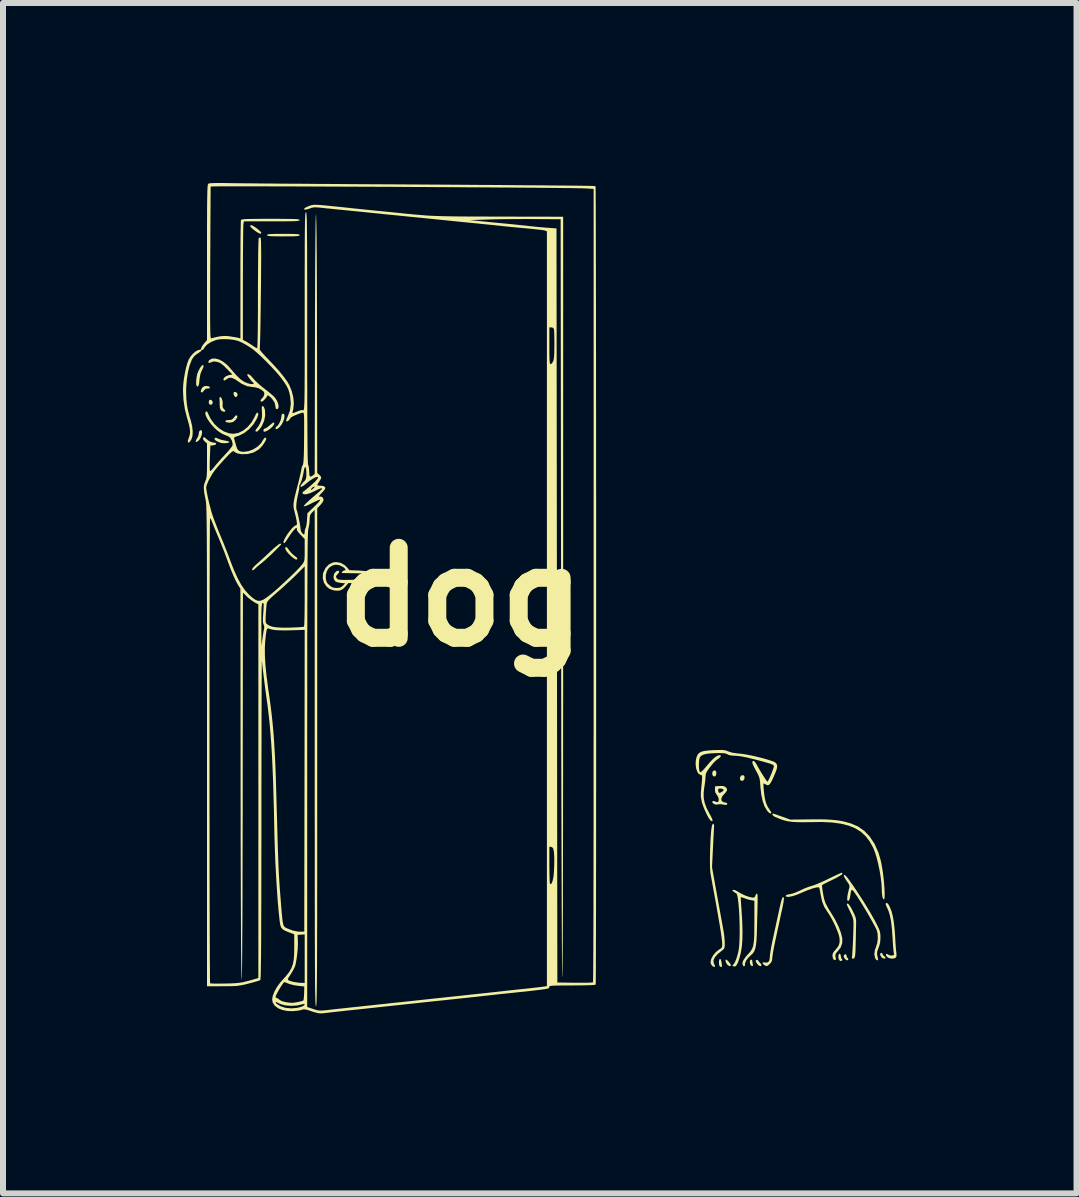
<source format=kicad_pcb>
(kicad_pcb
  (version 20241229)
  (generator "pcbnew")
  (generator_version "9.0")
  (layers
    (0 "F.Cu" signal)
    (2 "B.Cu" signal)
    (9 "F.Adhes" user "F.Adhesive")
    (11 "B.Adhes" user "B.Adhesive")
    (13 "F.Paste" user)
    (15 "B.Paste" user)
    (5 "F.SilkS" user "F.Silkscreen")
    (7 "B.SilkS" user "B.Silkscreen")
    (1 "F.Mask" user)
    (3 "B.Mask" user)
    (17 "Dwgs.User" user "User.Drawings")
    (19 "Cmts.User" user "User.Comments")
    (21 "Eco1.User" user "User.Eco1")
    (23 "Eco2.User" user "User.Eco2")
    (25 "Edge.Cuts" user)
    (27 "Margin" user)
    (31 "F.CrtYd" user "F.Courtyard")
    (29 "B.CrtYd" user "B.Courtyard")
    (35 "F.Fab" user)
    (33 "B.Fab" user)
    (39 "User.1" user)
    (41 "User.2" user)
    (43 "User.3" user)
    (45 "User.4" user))
  (footprint "dog"
    (layer "F.Cu")
    (at 4.631 6.902)
    (property "Reference" "dog" (at 0 0 0) (layer "F.SilkS") (effects (font (size 1.5 1.5) (thickness 0.3))))
    (attr board_only exclude_from_pos_files exclude_from_bom)
    (fp_poly (pts (xy 4.712 2.969) (xy 4.727 2.99) (xy 4.727 3.026) (xy 4.71 3.053) (xy 4.685 3.063) (xy 4.662 3.054) (xy 4.654 3.041) (xy 4.652 3.005) (xy 4.672 2.976) (xy 4.684 2.969)) (stroke (width 0) (type solid)) (fill yes) (layer "F.SilkS"))
    (fp_poly (pts (xy -4.159 -3.286) (xy -4.14 -3.265) (xy -4.136 -3.235) (xy -4.136 -3.234) (xy -4.151 -3.209) (xy -4.18 -3.208) (xy -4.186 -3.21) (xy -4.2 -3.229) (xy -4.202 -3.257) (xy -4.192 -3.283) (xy -4.183 -3.289)) (stroke (width 0) (type solid)) (fill yes) (layer "F.SilkS"))
    (fp_poly (pts (xy -3.761 -3.421) (xy -3.732 -3.405) (xy -3.72 -3.377) (xy -3.729 -3.349) (xy -3.732 -3.346) (xy -3.75 -3.332) (xy -3.764 -3.339) (xy -3.776 -3.354) (xy -3.79 -3.386) (xy -3.786 -3.411) (xy -3.768 -3.422)) (stroke (width 0) (type solid)) (fill yes) (layer "F.SilkS"))
    (fp_poly (pts (xy 4.241 2.891) (xy 4.256 2.909) (xy 4.258 2.943) (xy 4.25 2.97) (xy 4.239 2.988) (xy 4.22 2.988) (xy 4.207 2.983) (xy 4.194 2.966) (xy 4.189 2.937) (xy 4.198 2.902) (xy 4.221 2.888)) (stroke (width 0) (type solid)) (fill yes) (layer "F.SilkS"))
    (fp_poly (pts (xy 4.854 6.052) (xy 4.858 6.065) (xy 4.861 6.098) (xy 4.866 6.12) (xy 4.867 6.146) (xy 4.853 6.15) (xy 4.832 6.135) (xy 4.819 6.11) (xy 4.816 6.078) (xy 4.822 6.051) (xy 4.836 6.04)) (stroke (width 0) (type solid)) (fill yes) (layer "F.SilkS"))
    (fp_poly (pts (xy 4.437 6.05) (xy 4.46 6.073) (xy 4.483 6.102) (xy 4.499 6.127) (xy 4.502 6.139) (xy 4.483 6.151) (xy 4.455 6.138) (xy 4.44 6.124) (xy 4.422 6.099) (xy 4.412 6.07) (xy 4.412 6.047) (xy 4.42 6.04)) (stroke (width 0) (type solid)) (fill yes) (layer "F.SilkS"))
    (fp_poly (pts (xy 4.334 6.045) (xy 4.343 6.078) (xy 4.349 6.113) (xy 4.352 6.149) (xy 4.345 6.164) (xy 4.338 6.166) (xy 4.316 6.154) (xy 4.309 6.144) (xy 4.302 6.109) (xy 4.302 6.071) (xy 4.308 6.041) (xy 4.315 6.033) (xy 4.326 6.031)) (stroke (width 0) (type solid)) (fill yes) (layer "F.SilkS"))
    (fp_poly (pts (xy 4.952 6.053) (xy 4.967 6.076) (xy 4.984 6.094) (xy 5.005 6.118) (xy 5.01 6.134) (xy 5.002 6.15) (xy 4.981 6.148) (xy 4.954 6.129) (xy 4.942 6.115) (xy 4.922 6.087) (xy 4.913 6.068) (xy 4.913 6.067) (xy 4.922 6.05) (xy 4.94 6.044)) (stroke (width 0) (type solid)) (fill yes) (layer "F.SilkS"))
    (fp_poly (pts (xy 6.328 5.955) (xy 6.333 5.983) (xy 6.338 6.014) (xy 6.349 6.03) (xy 6.358 6.044) (xy 6.355 6.052) (xy 6.336 6.067) (xy 6.313 6.057) (xy 6.308 6.051) (xy 6.295 6.027) (xy 6.291 5.993) (xy 6.295 5.962) (xy 6.306 5.944) (xy 6.312 5.943)) (stroke (width 0) (type solid)) (fill yes) (layer "F.SilkS"))
    (fp_poly (pts (xy 6.425 5.961) (xy 6.43 5.985) (xy 6.436 6.008) (xy 6.444 6.012) (xy 6.456 6.024) (xy 6.458 6.033) (xy 6.45 6.052) (xy 6.43 6.051) (xy 6.405 6.034) (xy 6.394 6.019) (xy 6.38 5.991) (xy 6.384 5.97) (xy 6.388 5.964) (xy 6.41 5.95)) (stroke (width 0) (type solid)) (fill yes) (layer "F.SilkS"))
    (fp_poly (pts (xy 7.026 5.94) (xy 7.028 5.95) (xy 7.04 5.974) (xy 7.048 5.979) (xy 7.071 5.998) (xy 7.076 6.007) (xy 7.074 6.023) (xy 7.056 6.026) (xy 7.031 6.017) (xy 7.01 6.001) (xy 6.991 5.971) (xy 6.988 5.944) (xy 7.001 5.93) (xy 7.008 5.929)) (stroke (width 0) (type solid)) (fill yes) (layer "F.SilkS"))
    (fp_poly (pts (xy -3.492 -6.199) (xy -3.468 -6.19) (xy -3.433 -6.168) (xy -3.394 -6.14) (xy -3.359 -6.111) (xy -3.334 -6.086) (xy -3.326 -6.072) (xy -3.333 -6.057) (xy -3.355 -6.06) (xy -3.393 -6.08) (xy -3.438 -6.111) (xy -3.484 -6.149) (xy -3.509 -6.177) (xy -3.513 -6.194) (xy -3.493 -6.199)) (stroke (width 0) (type solid)) (fill yes) (layer "F.SilkS"))
    (fp_poly (pts (xy -4.202 -3.513) (xy -4.184 -3.499) (xy -4.182 -3.493) (xy -4.192 -3.478) (xy -4.22 -3.477) (xy -4.254 -3.472) (xy -4.28 -3.446) (xy -4.306 -3.415) (xy -4.326 -3.412) (xy -4.333 -3.42) (xy -4.333 -3.443) (xy -4.32 -3.475) (xy -4.299 -3.503) (xy -4.296 -3.505) (xy -4.269 -3.517) (xy -4.234 -3.519)) (stroke (width 0) (type solid)) (fill yes) (layer "F.SilkS"))
    (fp_poly (pts (xy -4.076 -2.655) (xy -4.038 -2.638) (xy -4.001 -2.624) (xy -3.951 -2.612) (xy -3.926 -2.608) (xy -3.884 -2.6) (xy -3.861 -2.589) (xy -3.859 -2.583) (xy -3.876 -2.573) (xy -3.91 -2.566) (xy -3.953 -2.565) (xy -3.995 -2.57) (xy -4.009 -2.574) (xy -4.064 -2.596) (xy -4.097 -2.619) (xy -4.106 -2.638) (xy -4.099 -2.655)) (stroke (width 0) (type solid)) (fill yes) (layer "F.SilkS"))
    (fp_poly (pts (xy -3.111 -2.909) (xy -3.111 -2.885) (xy -3.13 -2.852) (xy -3.166 -2.816) (xy -3.201 -2.79) (xy -3.242 -2.766) (xy -3.268 -2.757) (xy -3.284 -2.76) (xy -3.288 -2.764) (xy -3.292 -2.783) (xy -3.28 -2.804) (xy -3.262 -2.811) (xy -3.242 -2.82) (xy -3.21 -2.843) (xy -3.181 -2.868) (xy -3.143 -2.899) (xy -3.119 -2.911)) (stroke (width 0) (type solid)) (fill yes) (layer "F.SilkS"))
    (fp_poly (pts (xy -4.317 -2.772) (xy -4.313 -2.744) (xy -4.319 -2.705) (xy -4.334 -2.664) (xy -4.356 -2.626) (xy -4.367 -2.613) (xy -4.398 -2.588) (xy -4.416 -2.585) (xy -4.418 -2.587) (xy -4.417 -2.608) (xy -4.402 -2.638) (xy -4.399 -2.643) (xy -4.379 -2.678) (xy -4.37 -2.71) (xy -4.37 -2.712) (xy -4.364 -2.756) (xy -4.345 -2.78) (xy -4.332 -2.784)) (stroke (width 0) (type solid)) (fill yes) (layer "F.SilkS"))
    (fp_poly (pts (xy -2.896 -0.824) (xy -2.874 -0.798) (xy -2.862 -0.78) (xy -2.826 -0.736) (xy -2.781 -0.696) (xy -2.77 -0.687) (xy -2.735 -0.66) (xy -2.723 -0.639) (xy -2.734 -0.628) (xy -2.748 -0.626) (xy -2.767 -0.635) (xy -2.799 -0.657) (xy -2.831 -0.684) (xy -2.877 -0.729) (xy -2.909 -0.77) (xy -2.926 -0.804) (xy -2.927 -0.827) (xy -2.908 -0.835)) (stroke (width 0) (type solid)) (fill yes) (layer "F.SilkS"))
    (fp_poly (pts (xy -3.727 -3.019) (xy -3.725 -3.014) (xy -3.729 -2.992) (xy -3.749 -2.961) (xy -3.757 -2.951) (xy -3.793 -2.921) (xy -3.832 -2.91) (xy -3.852 -2.909) (xy -3.889 -2.911) (xy -3.913 -2.916) (xy -3.916 -2.918) (xy -3.925 -2.937) (xy -3.907 -2.948) (xy -3.87 -2.951) (xy -3.828 -2.955) (xy -3.799 -2.973) (xy -3.783 -2.992) (xy -3.757 -3.024) (xy -3.74 -3.032)) (stroke (width 0) (type solid)) (fill yes) (layer "F.SilkS"))
    (fp_poly (pts (xy -4.288 -3.859) (xy -4.292 -3.83) (xy -4.312 -3.787) (xy -4.317 -3.777) (xy -4.34 -3.722) (xy -4.353 -3.648) (xy -4.356 -3.621) (xy -4.363 -3.556) (xy -4.375 -3.519) (xy -4.39 -3.509) (xy -4.402 -3.516) (xy -4.41 -3.539) (xy -4.412 -3.58) (xy -4.409 -3.631) (xy -4.401 -3.683) (xy -4.393 -3.72) (xy -4.374 -3.768) (xy -4.351 -3.813) (xy -4.326 -3.849) (xy -4.305 -3.868) (xy -4.3 -3.869)) (stroke (width 0) (type solid)) (fill yes) (layer "F.SilkS"))
    (fp_poly (pts (xy -3.997 -3.329) (xy -3.983 -3.303) (xy -3.972 -3.265) (xy -3.969 -3.225) (xy -3.971 -3.209) (xy -3.971 -3.169) (xy -3.955 -3.141) (xy -3.952 -3.137) (xy -3.931 -3.115) (xy -3.925 -3.102) (xy -3.935 -3.09) (xy -3.959 -3.092) (xy -3.986 -3.104) (xy -3.999 -3.115) (xy -4.016 -3.152) (xy -4.02 -3.209) (xy -4.02 -3.255) (xy -4.022 -3.293) (xy -4.024 -3.304) (xy -4.021 -3.328) (xy -4.014 -3.336)) (stroke (width 0) (type solid)) (fill yes) (layer "F.SilkS"))
    (fp_poly (pts (xy -2.951 -3.053) (xy -2.948 -3.051) (xy -2.939 -3.024) (xy -2.943 -2.982) (xy -2.959 -2.933) (xy -2.983 -2.884) (xy -2.998 -2.863) (xy -3.031 -2.825) (xy -3.06 -2.803) (xy -3.081 -2.799) (xy -3.09 -2.815) (xy -3.09 -2.816) (xy -3.079 -2.838) (xy -3.07 -2.844) (xy -3.048 -2.863) (xy -3.025 -2.901) (xy -3.005 -2.945) (xy -2.994 -2.989) (xy -2.992 -3.005) (xy -2.986 -3.041) (xy -2.971 -3.058)) (stroke (width 0) (type solid)) (fill yes) (layer "F.SilkS"))
    (fp_poly (pts (xy -3.3 -3.184) (xy -3.282 -3.167) (xy -3.267 -3.125) (xy -3.265 -3.114) (xy -3.261 -3.028) (xy -3.279 -2.937) (xy -3.318 -2.85) (xy -3.331 -2.829) (xy -3.362 -2.79) (xy -3.39 -2.764) (xy -3.412 -2.756) (xy -3.423 -2.767) (xy -3.424 -2.773) (xy -3.414 -2.797) (xy -3.397 -2.817) (xy -3.377 -2.843) (xy -3.353 -2.885) (xy -3.34 -2.913) (xy -3.323 -2.959) (xy -3.315 -3.003) (xy -3.314 -3.057) (xy -3.316 -3.086) (xy -3.318 -3.139) (xy -3.317 -3.169) (xy -3.312 -3.183) (xy -3.3 -3.184)) (stroke (width 0) (type solid)) (fill yes) (layer "F.SilkS"))
    (fp_poly (pts (xy -2.863 -6.054) (xy -2.793 -6.053) (xy -2.743 -6.051) (xy -2.711 -6.048) (xy -2.694 -6.043) (xy -2.687 -6.037) (xy -2.686 -6.033) (xy -2.69 -6.026) (xy -2.702 -6.021) (xy -2.727 -6.017) (xy -2.768 -6.014) (xy -2.829 -6.013) (xy -2.912 -6.013) (xy -2.958 -6.012) (xy -3.052 -6.013) (xy -3.122 -6.014) (xy -3.172 -6.016) (xy -3.204 -6.019) (xy -3.221 -6.023) (xy -3.228 -6.03) (xy -3.229 -6.033) (xy -3.226 -6.041) (xy -3.213 -6.046) (xy -3.188 -6.05) (xy -3.147 -6.052) (xy -3.086 -6.054) (xy -3.003 -6.054) (xy -2.958 -6.054)) (stroke (width 0) (type solid)) (fill yes) (layer "F.SilkS"))
    (fp_poly (pts (xy -2.995 -0.888) (xy -2.992 -0.885) (xy -3.002 -0.871) (xy -3.028 -0.843) (xy -3.067 -0.803) (xy -3.113 -0.757) (xy -3.164 -0.708) (xy -3.215 -0.661) (xy -3.262 -0.618) (xy -3.301 -0.584) (xy -3.312 -0.575) (xy -3.358 -0.538) (xy -3.399 -0.504) (xy -3.426 -0.478) (xy -3.429 -0.475) (xy -3.457 -0.45) (xy -3.475 -0.449) (xy -3.479 -0.465) (xy -3.47 -0.483) (xy -3.443 -0.513) (xy -3.405 -0.549) (xy -3.394 -0.559) (xy -3.349 -0.599) (xy -3.292 -0.65) (xy -3.23 -0.708) (xy -3.173 -0.762) (xy -3.121 -0.81) (xy -3.075 -0.849) (xy -3.039 -0.877) (xy -3.017 -0.89) (xy -3.015 -0.891)) (stroke (width 0) (type solid)) (fill yes) (layer "F.SilkS"))
    (fp_poly (pts (xy 6.465 5.12) (xy 6.488 5.152) (xy 6.516 5.2) (xy 6.53 5.229) (xy 6.558 5.287) (xy 6.576 5.33) (xy 6.585 5.367) (xy 6.588 5.407) (xy 6.587 5.455) (xy 6.586 5.507) (xy 6.584 5.58) (xy 6.583 5.663) (xy 6.581 5.749) (xy 6.58 5.776) (xy 6.578 5.866) (xy 6.575 5.932) (xy 6.57 5.977) (xy 6.563 6.005) (xy 6.553 6.02) (xy 6.539 6.026) (xy 6.532 6.026) (xy 6.517 6.019) (xy 6.519 5.995) (xy 6.522 5.971) (xy 6.525 5.925) (xy 6.529 5.861) (xy 6.533 5.785) (xy 6.537 5.703) (xy 6.54 5.62) (xy 6.542 5.54) (xy 6.544 5.47) (xy 6.544 5.436) (xy 6.542 5.39) (xy 6.533 5.348) (xy 6.516 5.301) (xy 6.487 5.241) (xy 6.458 5.182) (xy 6.44 5.144) (xy 6.433 5.122) (xy 6.435 5.111) (xy 6.445 5.108) (xy 6.45 5.108)) (stroke (width 0) (type solid)) (fill yes) (layer "F.SilkS"))
    (fp_poly (pts (xy 7.118 5.109) (xy 7.14 5.146) (xy 7.152 5.171) (xy 7.18 5.243) (xy 7.202 5.332) (xy 7.219 5.441) (xy 7.232 5.572) (xy 7.238 5.658) (xy 7.242 5.738) (xy 7.247 5.812) (xy 7.252 5.875) (xy 7.257 5.919) (xy 7.259 5.933) (xy 7.261 5.981) (xy 7.251 6.006) (xy 7.222 6.022) (xy 7.179 6.025) (xy 7.136 6.016) (xy 7.115 6.005) (xy 7.092 5.982) (xy 7.084 5.963) (xy 7.091 5.945) (xy 7.111 5.95) (xy 7.129 5.962) (xy 7.161 5.974) (xy 7.19 5.974) (xy 7.215 5.965) (xy 7.22 5.946) (xy 7.216 5.931) (xy 7.212 5.904) (xy 7.207 5.856) (xy 7.202 5.792) (xy 7.197 5.717) (xy 7.195 5.678) (xy 7.184 5.529) (xy 7.17 5.405) (xy 7.15 5.305) (xy 7.126 5.226) (xy 7.105 5.181) (xy 7.085 5.137) (xy 7.08 5.109) (xy 7.083 5.104) (xy 7.099 5.096)) (stroke (width 0) (type solid)) (fill yes) (layer "F.SilkS"))
    (fp_poly (pts (xy 5.382 5.005) (xy 5.384 5.031) (xy 5.378 5.081) (xy 5.364 5.154) (xy 5.352 5.212) (xy 5.338 5.272) (xy 5.325 5.332) (xy 5.317 5.372) (xy 5.31 5.406) (xy 5.298 5.461) (xy 5.282 5.532) (xy 5.265 5.614) (xy 5.248 5.692) (xy 5.23 5.777) (xy 5.214 5.858) (xy 5.202 5.927) (xy 5.194 5.98) (xy 5.191 6.01) (xy 5.186 6.057) (xy 5.168 6.092) (xy 5.151 6.111) (xy 5.119 6.14) (xy 5.097 6.15) (xy 5.074 6.142) (xy 5.055 6.13) (xy 5.029 6.106) (xy 5.028 6.091) (xy 5.053 6.087) (xy 5.072 6.09) (xy 5.11 6.09) (xy 5.135 6.07) (xy 5.147 6.029) (xy 5.15 5.985) (xy 5.153 5.954) (xy 5.161 5.901) (xy 5.173 5.831) (xy 5.189 5.749) (xy 5.208 5.66) (xy 5.213 5.639) (xy 5.233 5.546) (xy 5.253 5.454) (xy 5.271 5.37) (xy 5.286 5.301) (xy 5.297 5.252) (xy 5.298 5.247) (xy 5.317 5.159) (xy 5.332 5.095) (xy 5.344 5.051) (xy 5.353 5.022) (xy 5.361 5.007) (xy 5.37 5) (xy 5.371 4.999)) (stroke (width 0) (type solid)) (fill yes) (layer "F.SilkS"))
    (fp_poly (pts (xy 4.365 3.148) (xy 4.4 3.158) (xy 4.413 3.168) (xy 4.435 3.195) (xy 4.435 3.224) (xy 4.412 3.257) (xy 4.391 3.279) (xy 4.355 3.323) (xy 4.34 3.364) (xy 4.348 3.397) (xy 4.377 3.418) (xy 4.413 3.424) (xy 4.435 3.433) (xy 4.44 3.446) (xy 4.434 3.46) (xy 4.414 3.463) (xy 4.388 3.46) (xy 4.344 3.453) (xy 4.317 3.451) (xy 4.297 3.453) (xy 4.28 3.457) (xy 4.246 3.457) (xy 4.221 3.449) (xy 4.197 3.43) (xy 4.189 3.415) (xy 4.199 3.398) (xy 4.224 3.399) (xy 4.244 3.409) (xy 4.273 3.418) (xy 4.292 3.407) (xy 4.299 3.381) (xy 4.294 3.346) (xy 4.275 3.308) (xy 4.265 3.295) (xy 4.239 3.253) (xy 4.234 3.21) (xy 4.286 3.21) (xy 4.294 3.246) (xy 4.295 3.248) (xy 4.303 3.262) (xy 4.319 3.261) (xy 4.345 3.249) (xy 4.371 3.23) (xy 4.381 3.212) (xy 4.38 3.211) (xy 4.364 3.198) (xy 4.332 3.19) (xy 4.331 3.19) (xy 4.298 3.192) (xy 4.286 3.21) (xy 4.234 3.21) (xy 4.233 3.208) (xy 4.234 3.203) (xy 4.238 3.152) (xy 4.313 3.148)) (stroke (width 0) (type solid)) (fill yes) (layer "F.SilkS"))
    (fp_poly (pts (xy 5.216 3.61) (xy 5.239 3.618) (xy 5.281 3.633) (xy 5.335 3.652) (xy 5.365 3.663) (xy 5.491 3.708) (xy 5.825 3.704) (xy 5.965 3.703) (xy 6.082 3.705) (xy 6.181 3.711) (xy 6.267 3.719) (xy 6.347 3.732) (xy 6.423 3.75) (xy 6.497 3.771) (xy 6.617 3.821) (xy 6.724 3.896) (xy 6.817 3.994) (xy 6.895 4.114) (xy 6.958 4.254) (xy 6.993 4.369) (xy 7.008 4.436) (xy 7.022 4.514) (xy 7.035 4.6) (xy 7.046 4.688) (xy 7.054 4.775) (xy 7.06 4.856) (xy 7.063 4.927) (xy 7.063 4.984) (xy 7.06 5.022) (xy 7.052 5.038) (xy 7.051 5.038) (xy 7.036 5.026) (xy 7.025 4.993) (xy 7.024 4.986) (xy 7.018 4.939) (xy 7.015 4.884) (xy 7.015 4.863) (xy 7.01 4.773) (xy 6.997 4.667) (xy 6.978 4.553) (xy 6.954 4.439) (xy 6.927 4.332) (xy 6.897 4.239) (xy 6.873 4.179) (xy 6.815 4.074) (xy 6.747 3.985) (xy 6.667 3.911) (xy 6.573 3.853) (xy 6.463 3.808) (xy 6.335 3.776) (xy 6.187 3.756) (xy 6.017 3.748) (xy 5.837 3.75) (xy 5.712 3.752) (xy 5.61 3.751) (xy 5.525 3.746) (xy 5.45 3.736) (xy 5.381 3.719) (xy 5.313 3.695) (xy 5.239 3.664) (xy 5.23 3.66) (xy 5.204 3.642) (xy 5.192 3.623) (xy 5.194 3.61) (xy 5.212 3.609)) (stroke (width 0) (type solid)) (fill yes) (layer "F.SilkS"))
    (fp_poly (pts (xy 6.409 4.639) (xy 6.43 4.661) (xy 6.46 4.699) (xy 6.5 4.755) (xy 6.553 4.831) (xy 6.594 4.892) (xy 6.715 5.078) (xy 6.817 5.246) (xy 6.902 5.396) (xy 6.929 5.449) (xy 6.959 5.51) (xy 6.978 5.555) (xy 6.988 5.594) (xy 6.992 5.636) (xy 6.993 5.672) (xy 6.989 5.747) (xy 6.974 5.81) (xy 6.961 5.844) (xy 6.941 5.9) (xy 6.936 5.948) (xy 6.946 6.002) (xy 6.952 6.023) (xy 6.954 6.048) (xy 6.942 6.055) (xy 6.923 6.044) (xy 6.905 6.019) (xy 6.891 5.953) (xy 6.901 5.878) (xy 6.919 5.832) (xy 6.94 5.765) (xy 6.949 5.689) (xy 6.946 5.613) (xy 6.932 5.553) (xy 6.914 5.515) (xy 6.884 5.458) (xy 6.845 5.387) (xy 6.8 5.307) (xy 6.751 5.224) (xy 6.701 5.141) (xy 6.654 5.065) (xy 6.612 4.999) (xy 6.608 4.992) (xy 6.567 4.932) (xy 6.539 4.894) (xy 6.52 4.879) (xy 6.508 4.886) (xy 6.5 4.913) (xy 6.492 4.961) (xy 6.492 4.967) (xy 6.481 5.025) (xy 6.467 5.057) (xy 6.451 5.063) (xy 6.447 5.061) (xy 6.439 5.041) (xy 6.44 5.002) (xy 6.448 4.948) (xy 6.463 4.885) (xy 6.466 4.871) (xy 6.476 4.838) (xy 6.477 4.814) (xy 6.469 4.789) (xy 6.448 4.756) (xy 6.428 4.728) (xy 6.396 4.677) (xy 6.382 4.644) (xy 6.385 4.633) (xy 6.394 4.63)) (stroke (width 0) (type solid)) (fill yes) (layer "F.SilkS"))
    (fp_poly (pts (xy 4.208 3.776) (xy 4.219 3.792) (xy 4.221 3.815) (xy 4.219 3.838) (xy 4.217 3.884) (xy 4.213 3.95) (xy 4.209 4.03) (xy 4.205 4.121) (xy 4.202 4.175) (xy 4.186 4.502) (xy 4.271 4.976) (xy 4.292 5.093) (xy 4.313 5.206) (xy 4.332 5.311) (xy 4.349 5.404) (xy 4.363 5.481) (xy 4.373 5.537) (xy 4.377 5.56) (xy 4.388 5.629) (xy 4.395 5.702) (xy 4.398 5.765) (xy 4.398 5.765) (xy 4.397 5.816) (xy 4.392 5.847) (xy 4.381 5.867) (xy 4.362 5.883) (xy 4.284 5.945) (xy 4.233 6.001) (xy 4.21 6.053) (xy 4.214 6.099) (xy 4.222 6.116) (xy 4.236 6.148) (xy 4.23 6.164) (xy 4.21 6.161) (xy 4.184 6.14) (xy 4.166 6.109) (xy 4.161 6.086) (xy 4.173 6.029) (xy 4.206 5.968) (xy 4.253 5.913) (xy 4.309 5.87) (xy 4.318 5.865) (xy 4.341 5.849) (xy 4.353 5.828) (xy 4.356 5.792) (xy 4.356 5.777) (xy 4.353 5.736) (xy 4.345 5.669) (xy 4.332 5.577) (xy 4.313 5.46) (xy 4.289 5.321) (xy 4.261 5.159) (xy 4.228 4.976) (xy 4.196 4.802) (xy 4.184 4.734) (xy 4.171 4.664) (xy 4.161 4.606) (xy 4.16 4.6) (xy 4.155 4.552) (xy 4.152 4.48) (xy 4.151 4.387) (xy 4.153 4.276) (xy 4.154 4.217) (xy 4.159 4.079) (xy 4.166 3.967) (xy 4.173 3.882) (xy 4.182 3.822) (xy 4.193 3.787) (xy 4.205 3.775)) (stroke (width 0) (type solid)) (fill yes) (layer "F.SilkS"))
    (fp_poly (pts (xy 6.359 4.604) (xy 6.36 4.611) (xy 6.349 4.624) (xy 6.316 4.645) (xy 6.268 4.673) (xy 6.208 4.704) (xy 6.193 4.711) (xy 6.131 4.741) (xy 6.078 4.768) (xy 6.04 4.788) (xy 6.021 4.799) (xy 6.02 4.8) (xy 6.02 4.819) (xy 6.024 4.859) (xy 6.032 4.915) (xy 6.044 4.981) (xy 6.055 5.034) (xy 6.079 5.104) (xy 6.125 5.19) (xy 6.15 5.23) (xy 6.232 5.364) (xy 6.296 5.493) (xy 6.334 5.593) (xy 6.357 5.686) (xy 6.356 5.766) (xy 6.331 5.837) (xy 6.284 5.899) (xy 6.253 5.934) (xy 6.241 5.963) (xy 6.244 5.999) (xy 6.251 6.025) (xy 6.248 6.045) (xy 6.23 6.049) (xy 6.21 6.038) (xy 6.199 6.013) (xy 6.193 5.976) (xy 6.193 5.974) (xy 6.199 5.938) (xy 6.22 5.903) (xy 6.248 5.873) (xy 6.291 5.818) (xy 6.312 5.759) (xy 6.312 5.689) (xy 6.298 5.627) (xy 6.275 5.563) (xy 6.243 5.488) (xy 6.206 5.409) (xy 6.166 5.335) (xy 6.129 5.274) (xy 6.11 5.247) (xy 6.058 5.166) (xy 6.021 5.073) (xy 5.997 4.962) (xy 5.996 4.96) (xy 5.988 4.907) (xy 5.979 4.865) (xy 5.972 4.842) (xy 5.971 4.839) (xy 5.951 4.836) (xy 5.911 4.842) (xy 5.855 4.858) (xy 5.788 4.881) (xy 5.715 4.911) (xy 5.674 4.929) (xy 5.601 4.96) (xy 5.534 4.982) (xy 5.478 4.994) (xy 5.438 4.996) (xy 5.416 4.987) (xy 5.414 4.979) (xy 5.425 4.964) (xy 5.46 4.954) (xy 5.482 4.951) (xy 5.53 4.94) (xy 5.59 4.918) (xy 5.654 4.89) (xy 5.66 4.886) (xy 5.721 4.858) (xy 5.782 4.834) (xy 5.832 4.817) (xy 5.841 4.815) (xy 5.878 4.804) (xy 5.934 4.782) (xy 6.002 4.753) (xy 6.077 4.719) (xy 6.124 4.696) (xy 6.194 4.662) (xy 6.256 4.633) (xy 6.306 4.61) (xy 6.338 4.596) (xy 6.348 4.593)) (stroke (width 0) (type solid)) (fill yes) (layer "F.SilkS"))
    (fp_poly (pts (xy -4.032 -3.961) (xy -3.967 -3.927) (xy -3.902 -3.877) (xy -3.858 -3.831) (xy -3.793 -3.755) (xy -3.741 -3.697) (xy -3.698 -3.655) (xy -3.663 -3.624) (xy -3.63 -3.601) (xy -3.601 -3.584) (xy -3.551 -3.564) (xy -3.505 -3.552) (xy -3.47 -3.55) (xy -3.453 -3.558) (xy -3.452 -3.563) (xy -3.46 -3.576) (xy -3.463 -3.577) (xy -3.476 -3.587) (xy -3.499 -3.613) (xy -3.524 -3.646) (xy -3.547 -3.678) (xy -3.561 -3.702) (xy -3.563 -3.708) (xy -3.551 -3.714) (xy -3.539 -3.715) (xy -3.518 -3.704) (xy -3.488 -3.677) (xy -3.458 -3.642) (xy -3.423 -3.603) (xy -3.372 -3.555) (xy -3.315 -3.506) (xy -3.277 -3.477) (xy -3.221 -3.433) (xy -3.169 -3.39) (xy -3.127 -3.354) (xy -3.108 -3.335) (xy -3.075 -3.29) (xy -3.051 -3.243) (xy -3.039 -3.197) (xy -3.039 -3.16) (xy -3.051 -3.137) (xy -3.068 -3.132) (xy -3.085 -3.143) (xy -3.09 -3.174) (xy -3.103 -3.239) (xy -3.144 -3.302) (xy -3.174 -3.333) (xy -3.205 -3.358) (xy -3.222 -3.361) (xy -3.225 -3.357) (xy -3.241 -3.329) (xy -3.268 -3.297) (xy -3.296 -3.27) (xy -3.318 -3.257) (xy -3.321 -3.257) (xy -3.338 -3.265) (xy -3.337 -3.286) (xy -3.319 -3.309) (xy -3.312 -3.314) (xy -3.29 -3.342) (xy -3.277 -3.375) (xy -3.276 -3.403) (xy -3.286 -3.424) (xy -3.315 -3.448) (xy -3.325 -3.456) (xy -3.375 -3.483) (xy -3.432 -3.497) (xy -3.463 -3.5) (xy -3.563 -3.516) (xy -3.652 -3.555) (xy -3.7 -3.588) (xy -3.766 -3.632) (xy -3.819 -3.655) (xy -3.863 -3.655) (xy -3.901 -3.635) (xy -3.907 -3.63) (xy -3.935 -3.61) (xy -3.953 -3.614) (xy -3.958 -3.635) (xy -3.943 -3.659) (xy -3.912 -3.682) (xy -3.873 -3.698) (xy -3.862 -3.701) (xy -3.807 -3.71) (xy -3.904 -3.809) (xy -3.954 -3.858) (xy -3.993 -3.89) (xy -4.026 -3.909) (xy -4.06 -3.92) (xy -4.064 -3.921) (xy -4.111 -3.928) (xy -4.144 -3.922) (xy -4.159 -3.915) (xy -4.192 -3.903) (xy -4.209 -3.91) (xy -4.206 -3.932) (xy -4.191 -3.951) (xy -4.149 -3.975) (xy -4.094 -3.977)) (stroke (width 0) (type solid)) (fill yes) (layer "F.SilkS"))
    (fp_poly (pts (xy 4.563 4.881) (xy 4.602 4.9) (xy 4.632 4.918) (xy 4.684 4.948) (xy 4.743 4.975) (xy 4.802 4.995) (xy 4.853 5.007) (xy 4.883 5.008) (xy 4.903 4.992) (xy 4.91 4.972) (xy 4.921 4.948) (xy 4.932 4.941) (xy 4.94 4.948) (xy 4.945 4.972) (xy 4.946 5.017) (xy 4.946 5.086) (xy 4.945 5.097) (xy 4.944 5.165) (xy 4.942 5.251) (xy 4.939 5.349) (xy 4.937 5.449) (xy 4.935 5.518) (xy 4.932 5.636) (xy 4.926 5.73) (xy 4.918 5.803) (xy 4.906 5.86) (xy 4.889 5.903) (xy 4.868 5.936) (xy 4.84 5.963) (xy 4.835 5.967) (xy 4.789 6.011) (xy 4.754 6.058) (xy 4.737 6.102) (xy 4.735 6.121) (xy 4.732 6.148) (xy 4.717 6.153) (xy 4.7 6.136) (xy 4.692 6.099) (xy 4.709 6.05) (xy 4.751 5.991) (xy 4.78 5.958) (xy 4.812 5.924) (xy 4.836 5.892) (xy 4.855 5.858) (xy 4.87 5.819) (xy 4.879 5.771) (xy 4.886 5.71) (xy 4.89 5.632) (xy 4.891 5.535) (xy 4.892 5.413) (xy 4.892 5.401) (xy 4.892 5.06) (xy 4.835 5.05) (xy 4.782 5.038) (xy 4.729 5.02) (xy 4.725 5.018) (xy 4.691 5.006) (xy 4.669 5.001) (xy 4.666 5.002) (xy 4.665 5.017) (xy 4.667 5.055) (xy 4.67 5.11) (xy 4.675 5.178) (xy 4.677 5.207) (xy 4.689 5.392) (xy 4.694 5.558) (xy 4.692 5.703) (xy 4.683 5.825) (xy 4.667 5.922) (xy 4.665 5.929) (xy 4.641 6.023) (xy 4.618 6.09) (xy 4.595 6.134) (xy 4.573 6.155) (xy 4.55 6.156) (xy 4.536 6.149) (xy 4.524 6.137) (xy 4.535 6.128) (xy 4.555 6.108) (xy 4.577 6.064) (xy 4.6 6.002) (xy 4.621 5.926) (xy 4.626 5.903) (xy 4.635 5.849) (xy 4.641 5.777) (xy 4.645 5.691) (xy 4.647 5.596) (xy 4.646 5.494) (xy 4.644 5.39) (xy 4.64 5.288) (xy 4.634 5.192) (xy 4.627 5.106) (xy 4.618 5.034) (xy 4.609 4.98) (xy 4.598 4.947) (xy 4.592 4.94) (xy 4.565 4.923) (xy 4.544 4.908) (xy 4.526 4.892) (xy 4.53 4.882) (xy 4.538 4.879)) (stroke (width 0) (type solid)) (fill yes) (layer "F.SilkS"))
    (fp_poly (pts (xy -2.003 -0.571) (xy -1.934 -0.532) (xy -1.899 -0.497) (xy -1.858 -0.449) (xy -1.698 -0.443) (xy -1.604 -0.436) (xy -1.535 -0.426) (xy -1.487 -0.409) (xy -1.457 -0.386) (xy -1.442 -0.356) (xy -1.437 -0.322) (xy -1.445 -0.296) (xy -1.467 -0.276) (xy -1.507 -0.262) (xy -1.567 -0.252) (xy -1.652 -0.245) (xy -1.696 -0.242) (xy -1.876 -0.233) (xy -1.926 -0.174) (xy -1.969 -0.132) (xy -2.015 -0.11) (xy -2.073 -0.107) (xy -2.117 -0.112) (xy -2.187 -0.136) (xy -2.243 -0.181) (xy -2.282 -0.241) (xy -2.301 -0.312) (xy -2.301 -0.315) (xy -2.251 -0.315) (xy -2.243 -0.268) (xy -2.227 -0.234) (xy -2.195 -0.202) (xy -2.191 -0.199) (xy -2.152 -0.169) (xy -2.115 -0.156) (xy -2.071 -0.153) (xy -2.023 -0.156) (xy -1.991 -0.17) (xy -1.965 -0.191) (xy -1.928 -0.23) (xy -1.999 -0.237) (xy -2.044 -0.244) (xy -2.08 -0.255) (xy -2.091 -0.262) (xy -2.117 -0.299) (xy -2.123 -0.345) (xy -2.111 -0.391) (xy -2.082 -0.426) (xy -2.073 -0.432) (xy -2.042 -0.442) (xy -2.028 -0.433) (xy -2.033 -0.41) (xy -2.053 -0.384) (xy -2.076 -0.358) (xy -2.082 -0.339) (xy -2.071 -0.318) (xy -2.07 -0.316) (xy -2.061 -0.305) (xy -2.051 -0.297) (xy -2.034 -0.292) (xy -2.006 -0.289) (xy -1.964 -0.287) (xy -1.903 -0.287) (xy -1.82 -0.288) (xy -1.79 -0.289) (xy -1.684 -0.291) (xy -1.605 -0.294) (xy -1.547 -0.299) (xy -1.51 -0.306) (xy -1.489 -0.317) (xy -1.483 -0.33) (xy -1.489 -0.347) (xy -1.501 -0.364) (xy -1.518 -0.377) (xy -1.545 -0.386) (xy -1.585 -0.391) (xy -1.644 -0.395) (xy -1.725 -0.397) (xy -1.761 -0.398) (xy -1.834 -0.399) (xy -1.899 -0.4) (xy -1.948 -0.401) (xy -1.976 -0.402) (xy -1.982 -0.402) (xy -1.986 -0.41) (xy -1.975 -0.425) (xy -1.957 -0.44) (xy -1.94 -0.445) (xy -1.922 -0.452) (xy -1.927 -0.469) (xy -1.954 -0.495) (xy -1.963 -0.502) (xy -2.027 -0.533) (xy -2.09 -0.54) (xy -2.148 -0.524) (xy -2.197 -0.489) (xy -2.233 -0.436) (xy -2.251 -0.369) (xy -2.251 -0.315) (xy -2.301 -0.315) (xy -2.298 -0.387) (xy -2.29 -0.415) (xy -2.254 -0.488) (xy -2.202 -0.543) (xy -2.139 -0.576) (xy -2.081 -0.585)) (stroke (width 0) (type solid)) (fill yes) (layer "F.SilkS"))
    (fp_poly (pts (xy 4.386 2.55) (xy 4.417 2.556) (xy 4.444 2.566) (xy 4.456 2.571) (xy 4.521 2.592) (xy 4.609 2.605) (xy 4.635 2.607) (xy 4.695 2.613) (xy 4.77 2.626) (xy 4.853 2.642) (xy 4.94 2.662) (xy 5.025 2.683) (xy 5.103 2.705) (xy 5.169 2.726) (xy 5.218 2.744) (xy 5.244 2.759) (xy 5.264 2.784) (xy 5.272 2.812) (xy 5.269 2.849) (xy 5.253 2.901) (xy 5.224 2.97) (xy 5.218 2.984) (xy 5.186 3.054) (xy 5.16 3.101) (xy 5.138 3.127) (xy 5.117 3.136) (xy 5.095 3.13) (xy 5.083 3.123) (xy 5.057 3.109) (xy 5.044 3.107) (xy 5.043 3.122) (xy 5.044 3.159) (xy 5.048 3.212) (xy 5.052 3.251) (xy 5.065 3.349) (xy 5.084 3.426) (xy 5.113 3.493) (xy 5.146 3.544) (xy 5.169 3.579) (xy 5.176 3.598) (xy 5.166 3.604) (xy 5.157 3.605) (xy 5.137 3.594) (xy 5.111 3.568) (xy 5.104 3.559) (xy 5.062 3.489) (xy 5.031 3.402) (xy 5.008 3.297) (xy 4.993 3.17) (xy 4.99 3.127) (xy 4.985 3.065) (xy 4.977 3.019) (xy 4.963 2.978) (xy 4.94 2.93) (xy 4.92 2.895) (xy 4.892 2.842) (xy 4.87 2.797) (xy 4.859 2.764) (xy 4.857 2.756) (xy 4.864 2.732) (xy 4.88 2.73) (xy 4.903 2.748) (xy 4.926 2.784) (xy 4.928 2.787) (xy 4.95 2.828) (xy 4.979 2.878) (xy 5.011 2.932) (xy 5.044 2.984) (xy 5.073 3.029) (xy 5.096 3.061) (xy 5.109 3.076) (xy 5.109 3.076) (xy 5.12 3.064) (xy 5.136 3.032) (xy 5.156 2.988) (xy 5.177 2.938) (xy 5.196 2.889) (xy 5.21 2.847) (xy 5.217 2.82) (xy 5.217 2.815) (xy 5.213 2.806) (xy 5.203 2.797) (xy 5.185 2.787) (xy 5.155 2.776) (xy 5.11 2.762) (xy 5.046 2.744) (xy 4.961 2.721) (xy 4.884 2.701) (xy 4.769 2.673) (xy 4.678 2.655) (xy 4.606 2.646) (xy 4.574 2.644) (xy 4.505 2.64) (xy 4.457 2.628) (xy 4.444 2.62) (xy 4.423 2.61) (xy 4.395 2.603) (xy 4.354 2.6) (xy 4.296 2.599) (xy 4.247 2.6) (xy 4.152 2.605) (xy 4.082 2.614) (xy 4.032 2.629) (xy 3.999 2.65) (xy 3.98 2.679) (xy 3.98 2.679) (xy 3.972 2.716) (xy 3.968 2.766) (xy 3.967 2.821) (xy 3.971 2.87) (xy 3.978 2.903) (xy 3.981 2.909) (xy 3.987 2.916) (xy 3.995 2.918) (xy 4.008 2.91) (xy 4.028 2.892) (xy 4.058 2.86) (xy 4.1 2.811) (xy 4.153 2.749) (xy 4.203 2.697) (xy 4.25 2.659) (xy 4.291 2.637) (xy 4.321 2.635) (xy 4.33 2.64) (xy 4.332 2.656) (xy 4.311 2.677) (xy 4.298 2.687) (xy 4.261 2.714) (xy 4.228 2.744) (xy 4.192 2.784) (xy 4.149 2.839) (xy 4.137 2.854) (xy 4.102 2.904) (xy 4.084 2.943) (xy 4.078 2.981) (xy 4.078 2.987) (xy 4.076 3.025) (xy 4.07 3.081) (xy 4.061 3.145) (xy 4.057 3.169) (xy 4.046 3.265) (xy 4.048 3.35) (xy 4.064 3.431) (xy 4.096 3.517) (xy 4.145 3.613) (xy 4.159 3.637) (xy 4.184 3.686) (xy 4.195 3.719) (xy 4.193 3.732) (xy 4.175 3.733) (xy 4.158 3.72) (xy 4.132 3.684) (xy 4.102 3.629) (xy 4.071 3.563) (xy 4.043 3.496) (xy 4.021 3.433) (xy 4.015 3.412) (xy 4 3.326) (xy 4 3.252) (xy 4.005 3.2) (xy 4.011 3.136) (xy 4.017 3.074) (xy 4.021 3.02) (xy 4.021 2.988) (xy 4.016 2.971) (xy 4.005 2.964) (xy 3.993 2.962) (xy 3.962 2.945) (xy 3.938 2.906) (xy 3.921 2.853) (xy 3.913 2.791) (xy 3.915 2.727) (xy 3.928 2.667) (xy 3.929 2.665) (xy 3.946 2.627) (xy 3.97 2.598) (xy 4.005 2.578) (xy 4.055 2.564) (xy 4.125 2.556) (xy 4.216 2.55) (xy 4.292 2.548) (xy 4.347 2.547)) (stroke (width 0) (type solid)) (fill yes) (layer "F.SilkS"))
    (fp_poly (pts (xy -3.962 -6.902) (xy -3.859 -6.9) (xy -3.799 -6.899) (xy -3.713 -6.898) (xy -3.604 -6.897) (xy -3.475 -6.896) (xy -3.327 -6.894) (xy -3.164 -6.893) (xy -2.986 -6.891) (xy -2.798 -6.89) (xy -2.601 -6.889) (xy -2.398 -6.887) (xy -2.19 -6.886) (xy -2.046 -6.885) (xy -1.629 -6.882) (xy -1.238 -6.88) (xy -0.874 -6.878) (xy -0.535 -6.876) (xy -0.221 -6.874) (xy 0.07 -6.872) (xy 0.338 -6.87) (xy 0.584 -6.869) (xy 0.809 -6.867) (xy 1.014 -6.865) (xy 1.2 -6.864) (xy 1.367 -6.863) (xy 1.517 -6.861) (xy 1.649 -6.86) (xy 1.766 -6.859) (xy 1.868 -6.858) (xy 1.955 -6.857) (xy 2.029 -6.856) (xy 2.091 -6.855) (xy 2.141 -6.854) (xy 2.18 -6.853) (xy 2.209 -6.852) (xy 2.229 -6.85) (xy 2.24 -6.849) (xy 2.245 -6.848) (xy 2.245 -6.834) (xy 2.246 -6.793) (xy 2.247 -6.726) (xy 2.247 -6.634) (xy 2.248 -6.519) (xy 2.248 -6.381) (xy 2.249 -6.222) (xy 2.249 -6.041) (xy 2.25 -5.842) (xy 2.25 -5.624) (xy 2.251 -5.388) (xy 2.251 -5.136) (xy 2.252 -4.869) (xy 2.252 -4.588) (xy 2.252 -4.293) (xy 2.253 -3.986) (xy 2.253 -3.668) (xy 2.253 -3.339) (xy 2.254 -3.002) (xy 2.254 -2.656) (xy 2.254 -2.304) (xy 2.254 -1.945) (xy 2.255 -1.582) (xy 2.255 -1.215) (xy 2.255 -0.844) (xy 2.255 -0.472) (xy 2.255 -0.1) (xy 2.255 0.273) (xy 2.255 0.644) (xy 2.255 1.013) (xy 2.255 1.378) (xy 2.255 1.739) (xy 2.255 2.095) (xy 2.255 2.444) (xy 2.255 2.786) (xy 2.255 3.119) (xy 2.254 3.442) (xy 2.254 3.754) (xy 2.254 4.055) (xy 2.254 4.344) (xy 2.253 4.618) (xy 2.253 4.877) (xy 2.253 5.121) (xy 2.252 5.348) (xy 2.252 5.557) (xy 2.251 5.746) (xy 2.251 5.916) (xy 2.25 6.065) (xy 2.25 6.191) (xy 2.249 6.295) (xy 2.249 6.374) (xy 2.248 6.428) (xy 2.247 6.455) (xy 2.247 6.459) (xy 2.231 6.462) (xy 2.191 6.466) (xy 2.129 6.468) (xy 2.048 6.47) (xy 1.953 6.471) (xy 1.857 6.472) (xy 1.742 6.472) (xy 1.652 6.473) (xy 1.584 6.474) (xy 1.536 6.476) (xy 1.503 6.479) (xy 1.485 6.483) (xy 1.476 6.488) (xy 1.475 6.492) (xy 1.468 6.515) (xy 1.463 6.519) (xy 1.441 6.526) (xy 1.392 6.535) (xy 1.317 6.545) (xy 1.215 6.557) (xy 1.086 6.572) (xy 0.974 6.583) (xy 0.873 6.594) (xy 0.768 6.605) (xy 0.667 6.615) (xy 0.578 6.625) (xy 0.515 6.632) (xy 0.454 6.639) (xy 0.37 6.648) (xy 0.271 6.659) (xy 0.161 6.671) (xy 0.047 6.683) (xy -0.056 6.694) (xy -0.17 6.706) (xy -0.286 6.719) (xy -0.397 6.73) (xy -0.499 6.741) (xy -0.584 6.75) (xy -0.64 6.756) (xy -0.729 6.766) (xy -0.832 6.777) (xy -0.938 6.788) (xy -1.034 6.799) (xy -1.037 6.799) (xy -1.131 6.809) (xy -1.235 6.82) (xy -1.336 6.831) (xy -1.422 6.84) (xy -1.427 6.841) (xy -1.512 6.85) (xy -1.613 6.861) (xy -1.717 6.872) (xy -1.812 6.882) (xy -1.816 6.882) (xy -1.902 6.891) (xy -1.989 6.901) (xy -2.069 6.91) (xy -2.133 6.917) (xy -2.143 6.918) (xy -2.206 6.925) (xy -2.265 6.932) (xy -2.31 6.937) (xy -2.317 6.938) (xy -2.372 6.935) (xy -2.446 6.917) (xy -2.491 6.902) (xy -2.551 6.882) (xy -2.592 6.872) (xy -2.62 6.87) (xy -2.642 6.875) (xy -2.644 6.876) (xy -2.675 6.885) (xy -2.724 6.893) (xy -2.78 6.899) (xy -2.784 6.9) (xy -2.884 6.899) (xy -2.972 6.882) (xy -3.045 6.853) (xy -3.1 6.811) (xy -3.135 6.76) (xy -3.137 6.75) (xy -3.089 6.75) (xy -3.082 6.765) (xy -3.065 6.781) (xy -3 6.821) (xy -2.918 6.846) (xy -2.825 6.854) (xy -2.728 6.846) (xy -2.659 6.828) (xy -2.628 6.814) (xy -2.608 6.798) (xy -2.602 6.785) (xy -2.614 6.78) (xy -2.632 6.784) (xy -2.73 6.806) (xy -2.831 6.812) (xy -2.926 6.804) (xy -3.008 6.782) (xy -3.042 6.765) (xy -3.075 6.749) (xy -3.089 6.75) (xy -3.137 6.75) (xy -3.145 6.706) (xy -3.14 6.671) (xy -3.087 6.671) (xy -3.083 6.678) (xy -3.082 6.677) (xy -3.066 6.679) (xy -3.04 6.696) (xy -3.033 6.703) (xy -2.985 6.733) (xy -2.921 6.75) (xy -2.865 6.758) (xy -2.827 6.761) (xy -2.795 6.761) (xy -2.759 6.756) (xy -2.72 6.749) (xy -2.674 6.739) (xy -2.64 6.729) (xy -2.626 6.723) (xy -2.62 6.705) (xy -2.616 6.666) (xy -2.613 6.615) (xy -2.612 6.6) (xy -2.61 6.489) (xy -2.706 6.479) (xy -2.768 6.47) (xy -2.83 6.456) (xy -2.87 6.443) (xy -2.909 6.428) (xy -2.936 6.418) (xy -2.943 6.416) (xy -2.955 6.427) (xy -2.976 6.456) (xy -3.003 6.497) (xy -3.031 6.543) (xy -3.056 6.588) (xy -3.075 6.625) (xy -3.084 6.646) (xy -3.087 6.671) (xy -3.14 6.671) (xy -3.135 6.645) (xy -3.107 6.573) (xy -3.064 6.496) (xy -3.01 6.423) (xy -2.982 6.391) (xy -2.968 6.375) (xy -2.883 6.375) (xy -2.873 6.385) (xy -2.866 6.389) (xy -2.822 6.405) (xy -2.761 6.418) (xy -2.694 6.427) (xy -2.662 6.429) (xy -2.603 6.43) (xy -2.603 6.026) (xy -2.603 5.621) (xy -2.662 5.625) (xy -2.721 5.63) (xy -2.717 5.72) (xy -2.716 5.789) (xy -2.72 5.869) (xy -2.728 5.953) (xy -2.739 6.034) (xy -2.751 6.103) (xy -2.764 6.153) (xy -2.766 6.157) (xy -2.786 6.199) (xy -2.815 6.252) (xy -2.841 6.294) (xy -2.869 6.336) (xy -2.882 6.361) (xy -2.883 6.375) (xy -2.968 6.375) (xy -2.914 6.316) (xy -2.863 6.251) (xy -2.826 6.188) (xy -2.801 6.122) (xy -2.786 6.047) (xy -2.779 5.957) (xy -2.777 5.846) (xy -2.777 5.841) (xy -2.777 5.62) (xy -2.867 5.586) (xy -2.93 5.56) (xy -2.971 5.535) (xy -2.997 5.503) (xy -3.011 5.459) (xy -3.02 5.399) (xy -3.037 5.239) (xy -3.053 5.057) (xy -3.067 4.855) (xy -3.08 4.638) (xy -3.092 4.411) (xy -3.101 4.177) (xy -3.108 3.941) (xy -3.11 3.834) (xy -3.116 3.55) (xy -3.123 3.291) (xy -3.13 3.055) (xy -3.139 2.839) (xy -3.148 2.641) (xy -3.159 2.459) (xy -3.172 2.289) (xy -3.185 2.13) (xy -3.201 1.98) (xy -3.218 1.834) (xy -3.238 1.692) (xy -3.238 1.691) (xy -3.262 1.516) (xy -3.285 1.333) (xy -3.306 1.158) (xy -3.317 1.058) (xy -3.317 1.066) (xy -3.318 1.102) (xy -3.318 1.162) (xy -3.319 1.247) (xy -3.319 1.354) (xy -3.32 1.482) (xy -3.321 1.63) (xy -3.321 1.797) (xy -3.322 1.981) (xy -3.322 2.181) (xy -3.322 2.396) (xy -3.323 2.625) (xy -3.323 2.866) (xy -3.324 3.117) (xy -3.324 3.378) (xy -3.324 3.647) (xy -3.324 3.691) (xy -3.324 4.024) (xy -3.325 4.33) (xy -3.325 4.61) (xy -3.326 4.866) (xy -3.326 5.098) (xy -3.327 5.306) (xy -3.328 5.493) (xy -3.328 5.659) (xy -3.329 5.805) (xy -3.33 5.931) (xy -3.331 6.04) (xy -3.333 6.132) (xy -3.334 6.208) (xy -3.335 6.269) (xy -3.337 6.316) (xy -3.339 6.35) (xy -3.341 6.372) (xy -3.343 6.382) (xy -3.344 6.384) (xy -3.363 6.391) (xy -3.404 6.404) (xy -3.46 6.42) (xy -3.527 6.438) (xy -3.535 6.44) (xy -3.598 6.456) (xy -3.651 6.467) (xy -3.698 6.475) (xy -3.747 6.481) (xy -3.805 6.483) (xy -3.878 6.485) (xy -3.97 6.485) (xy -4.231 6.486) (xy -4.231 2.486) (xy -4.231 2.452) (xy -4.189 2.452) (xy -4.189 2.737) (xy -4.189 3.02) (xy -4.189 3.302) (xy -4.189 3.58) (xy -4.188 3.853) (xy -4.188 4.12) (xy -4.188 4.379) (xy -4.188 4.629) (xy -4.187 4.868) (xy -4.187 5.096) (xy -4.186 5.311) (xy -4.186 5.511) (xy -4.185 5.695) (xy -4.184 5.862) (xy -4.184 6.011) (xy -4.183 6.139) (xy -4.182 6.247) (xy -4.182 6.331) (xy -4.181 6.392) (xy -4.18 6.427) (xy -4.179 6.436) (xy -4.163 6.438) (xy -4.123 6.441) (xy -4.065 6.441) (xy -3.993 6.441) (xy -3.925 6.44) (xy -3.832 6.438) (xy -3.76 6.434) (xy -3.702 6.429) (xy -3.652 6.422) (xy -3.601 6.411) (xy -3.544 6.396) (xy -3.528 6.392) (xy -3.375 6.349) (xy -3.375 3.235) (xy -3.375 0.844) (xy -3.267 0.844) (xy -3.266 0.98) (xy -3.257 1.134) (xy -3.239 1.31) (xy -3.213 1.509) (xy -3.209 1.541) (xy -3.188 1.683) (xy -3.17 1.817) (xy -3.154 1.948) (xy -3.14 2.077) (xy -3.128 2.209) (xy -3.117 2.345) (xy -3.108 2.49) (xy -3.099 2.647) (xy -3.091 2.818) (xy -3.084 3.008) (xy -3.078 3.218) (xy -3.071 3.452) (xy -3.07 3.5) (xy -3.064 3.702) (xy -3.059 3.878) (xy -3.055 4.032) (xy -3.051 4.166) (xy -3.047 4.284) (xy -3.043 4.388) (xy -3.04 4.48) (xy -3.036 4.564) (xy -3.032 4.642) (xy -3.027 4.717) (xy -3.022 4.793) (xy -3.017 4.87) (xy -3.01 4.953) (xy -3.005 5.021) (xy -2.995 5.146) (xy -2.987 5.247) (xy -2.979 5.326) (xy -2.973 5.386) (xy -2.966 5.43) (xy -2.958 5.462) (xy -2.948 5.483) (xy -2.936 5.498) (xy -2.922 5.508) (xy -2.904 5.517) (xy -2.894 5.522) (xy -2.805 5.556) (xy -2.713 5.575) (xy -2.658 5.576) (xy -2.61 5.574) (xy -2.606 3.06) (xy -2.603 0.546) (xy -2.836 0.553) (xy -2.944 0.555) (xy -3.03 0.553) (xy -3.097 0.549) (xy -3.15 0.54) (xy -3.194 0.526) (xy -3.203 0.523) (xy -3.216 0.52) (xy -3.227 0.527) (xy -3.236 0.546) (xy -3.243 0.583) (xy -3.251 0.64) (xy -3.259 0.721) (xy -3.26 0.724) (xy -3.267 0.844) (xy -3.375 0.844) (xy -3.375 0.396) (xy -3.325 0.396) (xy -3.325 0.464) (xy -3.323 0.814) (xy -3.305 0.679) (xy -3.296 0.617) (xy -3.288 0.565) (xy -3.281 0.528) (xy -3.278 0.517) (xy -3.278 0.486) (xy -3.288 0.457) (xy -3.296 0.433) (xy -3.299 0.399) (xy -3.299 0.389) (xy -3.254 0.389) (xy -3.252 0.417) (xy -3.245 0.435) (xy -3.233 0.449) (xy -3.23 0.451) (xy -3.193 0.475) (xy -3.142 0.493) (xy -3.072 0.504) (xy -2.983 0.509) (xy -2.869 0.509) (xy -2.842 0.508) (xy -2.767 0.505) (xy -2.702 0.502) (xy -2.652 0.498) (xy -2.622 0.495) (xy -2.616 0.493) (xy -2.612 0.478) (xy -2.609 0.437) (xy -2.607 0.373) (xy -2.605 0.289) (xy -2.604 0.188) (xy -2.603 0.071) (xy -2.603 -0.014) (xy -2.603 -0.513) (xy -2.752 -0.364) (xy -2.823 -0.296) (xy -2.905 -0.22) (xy -2.988 -0.144) (xy -3.063 -0.079) (xy -3.065 -0.078) (xy -3.139 -0.013) (xy -3.192 0.037) (xy -3.223 0.074) (xy -3.234 0.096) (xy -3.238 0.125) (xy -3.243 0.174) (xy -3.247 0.235) (xy -3.25 0.279) (xy -3.254 0.345) (xy -3.254 0.389) (xy -3.299 0.389) (xy -3.299 0.347) (xy -3.294 0.274) (xy -3.293 0.267) (xy -3.289 0.204) (xy -3.287 0.151) (xy -3.287 0.116) (xy -3.289 0.103) (xy -3.3 0.096) (xy -3.309 0.101) (xy -3.315 0.121) (xy -3.32 0.158) (xy -3.323 0.215) (xy -3.325 0.293) (xy -3.325 0.396) (xy -3.375 0.396) (xy -3.375 0.121) (xy -3.438 0.088) (xy -3.482 0.059) (xy -3.533 0.02) (xy -3.566 -0.01) (xy -3.632 -0.075) (xy -3.636 3.153) (xy -3.636 3.56) (xy -3.637 3.939) (xy -3.638 4.291) (xy -3.639 4.616) (xy -3.639 4.914) (xy -3.64 5.184) (xy -3.641 5.427) (xy -3.643 5.642) (xy -3.644 5.83) (xy -3.645 5.99) (xy -3.646 6.123) (xy -3.648 6.228) (xy -3.649 6.305) (xy -3.651 6.355) (xy -3.653 6.377) (xy -3.653 6.378) (xy -3.655 6.363) (xy -3.657 6.321) (xy -3.658 6.252) (xy -3.66 6.154) (xy -3.661 6.029) (xy -3.663 5.877) (xy -3.664 5.697) (xy -3.665 5.49) (xy -3.666 5.255) (xy -3.667 4.994) (xy -3.668 4.705) (xy -3.669 4.389) (xy -3.67 4.046) (xy -3.67 3.676) (xy -3.671 3.28) (xy -3.671 3.117) (xy -3.674 -0.14) (xy -3.71 -0.196) (xy -3.746 -0.261) (xy -3.787 -0.349) (xy -3.832 -0.456) (xy -3.879 -0.58) (xy -3.902 -0.643) (xy -3.932 -0.725) (xy -3.969 -0.82) (xy -4.008 -0.917) (xy -4.043 -1.001) (xy -4.074 -1.074) (xy -4.103 -1.144) (xy -4.127 -1.204) (xy -4.144 -1.247) (xy -4.147 -1.255) (xy -4.162 -1.291) (xy -4.175 -1.311) (xy -4.18 -1.313) (xy -4.181 -1.298) (xy -4.182 -1.257) (xy -4.183 -1.191) (xy -4.183 -1.101) (xy -4.184 -0.989) (xy -4.185 -0.855) (xy -4.185 -0.702) (xy -4.186 -0.531) (xy -4.186 -0.343) (xy -4.187 -0.139) (xy -4.187 0.078) (xy -4.188 0.309) (xy -4.188 0.551) (xy -4.188 0.804) (xy -4.189 1.064) (xy -4.189 1.333) (xy -4.189 1.607) (xy -4.189 1.886) (xy -4.189 2.168) (xy -4.189 2.452) (xy -4.231 2.452) (xy -4.231 2.091) (xy -4.231 1.723) (xy -4.231 1.381) (xy -4.231 1.063) (xy -4.231 0.77) (xy -4.231 0.499) (xy -4.231 0.251) (xy -4.232 0.023) (xy -4.232 -0.184) (xy -4.232 -0.373) (xy -4.233 -0.544) (xy -4.233 -0.697) (xy -4.234 -0.834) (xy -4.234 -0.957) (xy -4.235 -1.065) (xy -4.236 -1.16) (xy -4.237 -1.243) (xy -4.238 -1.315) (xy -4.239 -1.376) (xy -4.24 -1.428) (xy -4.242 -1.472) (xy -4.243 -1.509) (xy -4.245 -1.54) (xy -4.247 -1.565) (xy -4.249 -1.586) (xy -4.251 -1.603) (xy -4.254 -1.618) (xy -4.256 -1.632) (xy -4.259 -1.644) (xy -4.275 -1.728) (xy -4.283 -1.792) (xy -4.284 -1.843) (xy -4.276 -1.886) (xy -4.26 -1.929) (xy -4.259 -1.933) (xy -4.249 -1.956) (xy -4.242 -1.982) (xy -4.237 -2.014) (xy -4.234 -2.057) (xy -4.232 -2.116) (xy -4.231 -2.195) (xy -4.231 -2.278) (xy -4.231 -2.562) (xy -4.268 -2.594) (xy -4.294 -2.624) (xy -4.296 -2.651) (xy -4.296 -2.651) (xy -4.287 -2.666) (xy -4.275 -2.664) (xy -4.251 -2.644) (xy -4.248 -2.641) (xy -4.19 -2.597) (xy -4.137 -2.577) (xy -4.114 -2.575) (xy -4.084 -2.569) (xy -4.077 -2.555) (xy -4.09 -2.541) (xy -4.122 -2.531) (xy -4.127 -2.53) (xy -4.175 -2.526) (xy -4.183 -2.321) (xy -4.185 -2.247) (xy -4.186 -2.183) (xy -4.185 -2.135) (xy -4.183 -2.106) (xy -4.182 -2.101) (xy -4.17 -2.105) (xy -4.147 -2.126) (xy -4.117 -2.161) (xy -4.112 -2.168) (xy -4.077 -2.211) (xy -4.029 -2.266) (xy -3.976 -2.326) (xy -3.932 -2.373) (xy -3.885 -2.424) (xy -3.846 -2.471) (xy -3.817 -2.508) (xy -3.805 -2.53) (xy -3.805 -2.53) (xy -3.805 -2.565) (xy -3.817 -2.609) (xy -3.821 -2.617) (xy -3.847 -2.659) (xy -3.883 -2.683) (xy -3.895 -2.688) (xy -3.94 -2.705) (xy -3.989 -2.729) (xy -4.004 -2.738) (xy -4.056 -2.774) (xy -4.107 -2.821) (xy -4.156 -2.875) (xy -4.199 -2.931) (xy -4.232 -2.985) (xy -4.254 -3.033) (xy -4.26 -3.07) (xy -4.251 -3.09) (xy -4.235 -3.097) (xy -4.223 -3.082) (xy -4.217 -3.067) (xy -4.17 -2.97) (xy -4.108 -2.885) (xy -4.032 -2.814) (xy -3.949 -2.761) (xy -3.862 -2.73) (xy -3.793 -2.722) (xy -3.71 -2.736) (xy -3.629 -2.775) (xy -3.554 -2.835) (xy -3.488 -2.913) (xy -3.437 -3.005) (xy -3.435 -3.009) (xy -3.417 -3.047) (xy -3.401 -3.071) (xy -3.395 -3.076) (xy -3.377 -3.065) (xy -3.378 -3.034) (xy -3.397 -2.982) (xy -3.4 -2.975) (xy -3.455 -2.882) (xy -3.527 -2.801) (xy -3.609 -2.736) (xy -3.696 -2.692) (xy -3.722 -2.683) (xy -3.761 -2.671) (xy -3.778 -2.659) (xy -3.78 -2.643) (xy -3.778 -2.638) (xy -3.77 -2.609) (xy -3.757 -2.565) (xy -3.747 -2.528) (xy -3.728 -2.473) (xy -3.702 -2.44) (xy -3.663 -2.425) (xy -3.617 -2.422) (xy -3.538 -2.433) (xy -3.46 -2.463) (xy -3.388 -2.508) (xy -3.331 -2.563) (xy -3.299 -2.616) (xy -3.281 -2.644) (xy -3.262 -2.658) (xy -3.247 -2.655) (xy -3.243 -2.64) (xy -3.252 -2.612) (xy -3.275 -2.572) (xy -3.306 -2.527) (xy -3.341 -2.487) (xy -3.371 -2.459) (xy -3.456 -2.41) (xy -3.553 -2.385) (xy -3.653 -2.382) (xy -3.719 -2.394) (xy -3.756 -2.409) (xy -3.78 -2.427) (xy -3.783 -2.43) (xy -3.792 -2.435) (xy -3.808 -2.427) (xy -3.836 -2.405) (xy -3.877 -2.365) (xy -3.914 -2.326) (xy -3.968 -2.268) (xy -4.022 -2.207) (xy -4.069 -2.152) (xy -4.098 -2.117) (xy -4.139 -2.059) (xy -4.177 -1.994) (xy -4.21 -1.931) (xy -4.233 -1.875) (xy -4.245 -1.833) (xy -4.245 -1.827) (xy -4.241 -1.79) (xy -4.231 -1.733) (xy -4.217 -1.663) (xy -4.199 -1.584) (xy -4.179 -1.504) (xy -4.159 -1.429) (xy -4.139 -1.365) (xy -4.136 -1.357) (xy -4.116 -1.299) (xy -4.087 -1.224) (xy -4.054 -1.139) (xy -4.019 -1.053) (xy -4.004 -1.016) (xy -3.965 -0.923) (xy -3.924 -0.819) (xy -3.883 -0.716) (xy -3.848 -0.623) (xy -3.841 -0.602) (xy -3.78 -0.446) (xy -3.72 -0.315) (xy -3.66 -0.205) (xy -3.597 -0.114) (xy -3.529 -0.039) (xy -3.469 0.014) (xy -3.423 0.045) (xy -3.383 0.061) (xy -3.343 0.061) (xy -3.298 0.045) (xy -3.244 0.012) (xy -3.176 -0.041) (xy -3.165 -0.049) (xy -3.102 -0.102) (xy -3.03 -0.165) (xy -2.955 -0.234) (xy -2.879 -0.305) (xy -2.807 -0.374) (xy -2.742 -0.438) (xy -2.69 -0.493) (xy -2.652 -0.536) (xy -2.642 -0.548) (xy -2.626 -0.571) (xy -2.615 -0.593) (xy -2.608 -0.618) (xy -2.605 -0.653) (xy -2.603 -0.703) (xy -2.603 -0.774) (xy -2.603 -0.786) (xy -2.603 -0.97) (xy -2.672 -1.04) (xy -2.714 -1.086) (xy -2.733 -1.118) (xy -2.734 -1.133) (xy -2.733 -1.152) (xy -2.739 -1.155) (xy -2.759 -1.144) (xy -2.789 -1.112) (xy -2.826 -1.064) (xy -2.867 -1.004) (xy -2.886 -0.975) (xy -2.917 -0.927) (xy -2.939 -0.903) (xy -2.953 -0.901) (xy -2.954 -0.902) (xy -2.956 -0.923) (xy -2.943 -0.959) (xy -2.919 -1.004) (xy -2.887 -1.054) (xy -2.85 -1.104) (xy -2.813 -1.148) (xy -2.779 -1.18) (xy -2.752 -1.196) (xy -2.746 -1.197) (xy -2.736 -1.203) (xy -2.732 -1.224) (xy -2.736 -1.263) (xy -2.747 -1.321) (xy -2.767 -1.403) (xy -2.771 -1.42) (xy -2.781 -1.459) (xy -2.787 -1.494) (xy -2.788 -1.507) (xy -2.744 -1.507) (xy -2.741 -1.464) (xy -2.735 -1.448) (xy -2.728 -1.426) (xy -2.717 -1.384) (xy -2.705 -1.33) (xy -2.693 -1.27) (xy -2.682 -1.213) (xy -2.675 -1.166) (xy -2.672 -1.136) (xy -2.665 -1.099) (xy -2.646 -1.066) (xy -2.623 -1.046) (xy -2.614 -1.044) (xy -2.606 -1.056) (xy -2.603 -1.086) (xy -2.603 -1.09) (xy -2.598 -1.126) (xy -2.588 -1.15) (xy -2.588 -1.151) (xy -2.58 -1.171) (xy -2.572 -1.211) (xy -2.566 -1.264) (xy -2.565 -1.282) (xy -2.557 -1.399) (xy -2.445 -1.506) (xy -2.401 -1.55) (xy -2.367 -1.587) (xy -2.347 -1.613) (xy -2.343 -1.624) (xy -2.359 -1.622) (xy -2.393 -1.609) (xy -2.441 -1.587) (xy -2.48 -1.568) (xy -2.533 -1.541) (xy -2.578 -1.522) (xy -2.609 -1.513) (xy -2.618 -1.513) (xy -2.613 -1.526) (xy -2.59 -1.553) (xy -2.553 -1.589) (xy -2.509 -1.629) (xy -2.456 -1.675) (xy -2.406 -1.718) (xy -2.366 -1.752) (xy -2.346 -1.77) (xy -2.318 -1.798) (xy -2.312 -1.813) (xy -2.328 -1.814) (xy -2.365 -1.802) (xy -2.42 -1.776) (xy -2.434 -1.769) (xy -2.51 -1.734) (xy -2.571 -1.715) (xy -2.615 -1.714) (xy -2.639 -1.728) (xy -2.637 -1.748) (xy -2.624 -1.76) (xy -2.603 -1.775) (xy -2.59 -1.786) (xy -2.5 -1.786) (xy -2.487 -1.791) (xy -2.475 -1.798) (xy -2.449 -1.82) (xy -2.438 -1.836) (xy -2.442 -1.844) (xy -2.457 -1.838) (xy -2.477 -1.824) (xy -2.494 -1.805) (xy -2.498 -1.797) (xy -2.5 -1.786) (xy -2.59 -1.786) (xy -2.567 -1.804) (xy -2.522 -1.842) (xy -2.489 -1.87) (xy -2.43 -1.925) (xy -2.393 -1.966) (xy -2.379 -1.992) (xy -2.388 -2.004) (xy -2.394 -2.004) (xy -2.425 -1.996) (xy -2.468 -1.973) (xy -2.518 -1.94) (xy -2.568 -1.902) (xy -2.577 -1.894) (xy -2.624 -1.857) (xy -2.656 -1.839) (xy -2.673 -1.839) (xy -2.671 -1.856) (xy -2.649 -1.888) (xy -2.624 -1.917) (xy -2.598 -1.944) (xy -2.584 -1.968) (xy -2.577 -1.997) (xy -2.575 -2.041) (xy -2.575 -2.07) (xy -2.578 -2.128) (xy -2.585 -2.162) (xy -2.595 -2.169) (xy -2.607 -2.15) (xy -2.618 -2.105) (xy -2.62 -2.088) (xy -2.632 -2.027) (xy -2.648 -1.965) (xy -2.666 -1.912) (xy -2.684 -1.875) (xy -2.688 -1.869) (xy -2.696 -1.847) (xy -2.694 -1.838) (xy -2.693 -1.819) (xy -2.699 -1.781) (xy -2.71 -1.729) (xy -2.715 -1.709) (xy -2.73 -1.636) (xy -2.74 -1.567) (xy -2.744 -1.507) (xy -2.788 -1.507) (xy -2.79 -1.527) (xy -2.788 -1.564) (xy -2.781 -1.609) (xy -2.77 -1.666) (xy -2.752 -1.74) (xy -2.728 -1.834) (xy -2.714 -1.886) (xy -2.695 -1.962) (xy -2.679 -2.03) (xy -2.666 -2.086) (xy -2.659 -2.123) (xy -2.658 -2.133) (xy -2.65 -2.17) (xy -2.638 -2.194) (xy -2.632 -2.207) (xy -2.627 -2.229) (xy -2.623 -2.263) (xy -2.62 -2.311) (xy -2.617 -2.377) (xy -2.615 -2.463) (xy -2.614 -2.572) (xy -2.613 -2.65) (xy -2.612 -2.77) (xy -2.612 -2.866) (xy -2.612 -2.939) (xy -2.613 -2.993) (xy -2.615 -3.031) (xy -2.618 -3.055) (xy -2.622 -3.069) (xy -2.628 -3.075) (xy -2.633 -3.076) (xy -2.657 -3.071) (xy -2.696 -3.057) (xy -2.741 -3.039) (xy -2.785 -3.02) (xy -2.82 -3.002) (xy -2.836 -2.99) (xy -2.837 -2.99) (xy -2.855 -2.961) (xy -2.879 -2.937) (xy -2.901 -2.927) (xy -2.906 -2.928) (xy -2.912 -2.944) (xy -2.902 -2.977) (xy -2.889 -3.003) (xy -2.848 -3.111) (xy -2.834 -3.226) (xy -2.845 -3.344) (xy -2.859 -3.407) (xy -2.875 -3.459) (xy -2.897 -3.507) (xy -2.929 -3.56) (xy -2.974 -3.624) (xy -2.99 -3.646) (xy -3.036 -3.703) (xy -3.095 -3.771) (xy -3.164 -3.845) (xy -3.237 -3.92) (xy -3.311 -3.993) (xy -3.381 -4.058) (xy -3.443 -4.112) (xy -3.492 -4.15) (xy -3.499 -4.154) (xy -3.584 -4.207) (xy -3.653 -4.245) (xy -3.715 -4.271) (xy -3.776 -4.286) (xy -3.843 -4.295) (xy -3.885 -4.298) (xy -3.962 -4.3) (xy -4.021 -4.297) (xy -4.07 -4.288) (xy -4.095 -4.28) (xy -4.167 -4.25) (xy -4.227 -4.211) (xy -4.267 -4.169) (xy -4.276 -4.153) (xy -4.294 -4.128) (xy -4.31 -4.12) (xy -4.327 -4.112) (xy -4.328 -4.107) (xy -4.339 -4.093) (xy -4.368 -4.072) (xy -4.39 -4.058) (xy -4.439 -4.021) (xy -4.476 -3.971) (xy -4.487 -3.949) (xy -4.522 -3.859) (xy -4.549 -3.748) (xy -4.568 -3.621) (xy -4.578 -3.487) (xy -4.579 -3.426) (xy -4.576 -3.312) (xy -4.566 -3.211) (xy -4.549 -3.114) (xy -4.521 -3.007) (xy -4.503 -2.951) (xy -4.479 -2.852) (xy -4.469 -2.762) (xy -4.473 -2.684) (xy -4.489 -2.633) (xy -4.516 -2.591) (xy -4.538 -2.574) (xy -4.55 -2.582) (xy -4.549 -2.611) (xy -4.535 -2.654) (xy -4.519 -2.701) (xy -4.513 -2.752) (xy -4.518 -2.812) (xy -4.534 -2.886) (xy -4.561 -2.98) (xy -4.564 -2.989) (xy -4.6 -3.131) (xy -4.623 -3.286) (xy -4.631 -3.439) (xy -4.628 -3.528) (xy -4.618 -3.625) (xy -4.601 -3.725) (xy -4.581 -3.82) (xy -4.558 -3.902) (xy -4.536 -3.96) (xy -4.505 -4.011) (xy -4.464 -4.058) (xy -4.42 -4.096) (xy -4.38 -4.117) (xy -4.363 -4.12) (xy -4.335 -4.127) (xy -4.328 -4.145) (xy -4.32 -4.169) (xy -4.298 -4.204) (xy -4.28 -4.227) (xy -4.231 -4.284) (xy -4.231 -4.852) (xy -4.179 -4.852) (xy -4.179 -4.729) (xy -4.179 -4.626) (xy -4.178 -4.54) (xy -4.177 -4.471) (xy -4.176 -4.417) (xy -4.174 -4.377) (xy -4.172 -4.347) (xy -4.17 -4.328) (xy -4.167 -4.317) (xy -4.163 -4.313) (xy -4.161 -4.313) (xy -4.074 -4.335) (xy -4.004 -4.348) (xy -3.943 -4.353) (xy -3.885 -4.351) (xy -3.844 -4.345) (xy -3.788 -4.336) (xy -3.739 -4.328) (xy -3.708 -4.321) (xy -3.706 -4.32) (xy -3.674 -4.311) (xy -3.674 -5.286) (xy -3.674 -5.449) (xy -3.674 -5.603) (xy -3.673 -5.748) (xy -3.673 -5.88) (xy -3.672 -5.997) (xy -3.671 -6.098) (xy -3.669 -6.179) (xy -3.668 -6.238) (xy -3.667 -6.273) (xy -3.666 -6.283) (xy -3.661 -6.289) (xy -3.65 -6.293) (xy -3.63 -6.297) (xy -3.598 -6.3) (xy -3.551 -6.302) (xy -3.488 -6.303) (xy -3.405 -6.304) (xy -3.299 -6.305) (xy -3.172 -6.305) (xy -3.041 -6.305) (xy -2.936 -6.304) (xy -2.853 -6.303) (xy -2.791 -6.302) (xy -2.745 -6.3) (xy -2.715 -6.297) (xy -2.697 -6.293) (xy -2.688 -6.288) (xy -2.686 -6.284) (xy -2.689 -6.278) (xy -2.7 -6.274) (xy -2.72 -6.27) (xy -2.754 -6.267) (xy -2.803 -6.265) (xy -2.871 -6.264) (xy -2.96 -6.263) (xy -3.072 -6.263) (xy -3.151 -6.263) (xy -3.615 -6.263) (xy -3.624 -6.22) (xy -3.625 -6.198) (xy -3.627 -6.152) (xy -3.628 -6.082) (xy -3.629 -5.992) (xy -3.63 -5.884) (xy -3.631 -5.76) (xy -3.632 -5.622) (xy -3.632 -5.474) (xy -3.633 -5.316) (xy -3.633 -5.232) (xy -3.633 -4.287) (xy -3.587 -4.264) (xy -3.55 -4.243) (xy -3.503 -4.213) (xy -3.476 -4.195) (xy -3.438 -4.169) (xy -3.408 -4.152) (xy -3.396 -4.148) (xy -3.393 -4.161) (xy -3.39 -4.203) (xy -3.388 -4.271) (xy -3.386 -4.366) (xy -3.384 -4.488) (xy -3.383 -4.636) (xy -3.382 -4.809) (xy -3.382 -5.008) (xy -3.382 -5.056) (xy -3.382 -5.212) (xy -3.381 -5.361) (xy -3.38 -5.5) (xy -3.379 -5.625) (xy -3.378 -5.736) (xy -3.376 -5.829) (xy -3.374 -5.902) (xy -3.372 -5.953) (xy -3.37 -5.98) (xy -3.369 -5.983) (xy -3.35 -5.994) (xy -3.34 -5.991) (xy -3.337 -5.984) (xy -3.334 -5.965) (xy -3.331 -5.932) (xy -3.33 -5.885) (xy -3.329 -5.821) (xy -3.328 -5.739) (xy -3.328 -5.637) (xy -3.329 -5.513) (xy -3.33 -5.366) (xy -3.331 -5.194) (xy -3.333 -5.061) (xy -3.335 -4.903) (xy -3.337 -4.754) (xy -3.339 -4.615) (xy -3.341 -4.489) (xy -3.343 -4.378) (xy -3.346 -4.285) (xy -3.348 -4.212) (xy -3.35 -4.16) (xy -3.352 -4.134) (xy -3.353 -4.13) (xy -3.347 -4.117) (xy -3.324 -4.088) (xy -3.288 -4.047) (xy -3.242 -3.997) (xy -3.214 -3.969) (xy -3.113 -3.862) (xy -3.023 -3.761) (xy -2.949 -3.669) (xy -2.892 -3.59) (xy -2.859 -3.534) (xy -2.819 -3.435) (xy -2.793 -3.331) (xy -2.784 -3.23) (xy -2.792 -3.14) (xy -2.797 -3.118) (xy -2.805 -3.086) (xy -2.807 -3.067) (xy -2.806 -3.066) (xy -2.792 -3.069) (xy -2.761 -3.08) (xy -2.74 -3.089) (xy -2.697 -3.106) (xy -2.66 -3.116) (xy -2.649 -3.117) (xy -2.643 -3.116) (xy -2.637 -3.114) (xy -2.631 -3.113) (xy -2.627 -3.113) (xy -2.623 -3.116) (xy -2.619 -3.123) (xy -2.616 -3.136) (xy -2.613 -3.157) (xy -2.611 -3.186) (xy -2.609 -3.225) (xy -2.607 -3.275) (xy -2.606 -3.338) (xy -2.605 -3.415) (xy -2.604 -3.508) (xy -2.604 -3.617) (xy -2.603 -3.745) (xy -2.603 -3.892) (xy -2.603 -4.06) (xy -2.603 -4.251) (xy -2.603 -4.465) (xy -2.603 -4.705) (xy -2.603 -4.965) (xy -2.603 -5.2) (xy -2.603 -5.408) (xy -2.602 -5.592) (xy -2.602 -5.752) (xy -2.602 -5.891) (xy -2.601 -6.009) (xy -2.6 -6.109) (xy -2.599 -6.191) (xy -2.598 -6.258) (xy -2.596 -6.311) (xy -2.594 -6.351) (xy -2.592 -6.38) (xy -2.589 -6.399) (xy -2.587 -6.411) (xy -2.583 -6.416) (xy -2.582 -6.416) (xy -2.579 -6.414) (xy -2.576 -6.406) (xy -2.574 -6.392) (xy -2.572 -6.369) (xy -2.57 -6.337) (xy -2.568 -6.295) (xy -2.567 -6.241) (xy -2.566 -6.174) (xy -2.565 -6.093) (xy -2.564 -5.996) (xy -2.563 -5.882) (xy -2.562 -5.75) (xy -2.562 -5.598) (xy -2.562 -5.426) (xy -2.561 -5.232) (xy -2.561 -5.015) (xy -2.561 -4.773) (xy -2.561 -4.506) (xy -2.561 -4.317) (xy -2.561 -4.011) (xy -2.561 -3.731) (xy -2.56 -3.477) (xy -2.56 -3.249) (xy -2.559 -3.046) (xy -2.558 -2.867) (xy -2.557 -2.711) (xy -2.556 -2.578) (xy -2.555 -2.466) (xy -2.554 -2.375) (xy -2.552 -2.304) (xy -2.55 -2.252) (xy -2.548 -2.219) (xy -2.546 -2.204) (xy -2.545 -2.203) (xy -2.537 -2.182) (xy -2.531 -2.142) (xy -2.528 -2.096) (xy -2.525 -2.043) (xy -2.518 -2.014) (xy -2.503 -2.008) (xy -2.478 -2.02) (xy -2.467 -2.029) (xy -2.436 -2.053) (xy -2.432 -4.217) (xy -2.432 -4.545) (xy -2.431 -4.847) (xy -2.43 -5.122) (xy -2.429 -5.37) (xy -2.428 -5.591) (xy -2.426 -5.786) (xy -2.425 -5.953) (xy -2.423 -6.092) (xy -2.422 -6.205) (xy -2.42 -6.29) (xy -2.418 -6.347) (xy -2.416 -6.377) (xy -2.415 -6.381) (xy -2.413 -6.367) (xy -2.411 -6.326) (xy -2.409 -6.257) (xy -2.407 -6.16) (xy -2.405 -6.036) (xy -2.404 -5.884) (xy -2.402 -5.705) (xy -2.401 -5.5) (xy -2.4 -5.267) (xy -2.399 -5.007) (xy -2.398 -4.721) (xy -2.398 -4.408) (xy -2.397 -4.226) (xy -2.394 -2.07) (xy -2.359 -2.038) (xy -2.335 -2.013) (xy -2.327 -1.992) (xy -2.336 -1.966) (xy -2.359 -1.929) (xy -2.38 -1.895) (xy -2.393 -1.872) (xy -2.394 -1.867) (xy -2.381 -1.86) (xy -2.351 -1.857) (xy -2.337 -1.857) (xy -2.29 -1.852) (xy -2.265 -1.835) (xy -2.264 -1.834) (xy -2.259 -1.818) (xy -2.266 -1.798) (xy -2.288 -1.77) (xy -2.318 -1.738) (xy -2.352 -1.701) (xy -2.367 -1.68) (xy -2.362 -1.675) (xy -2.357 -1.676) (xy -2.322 -1.674) (xy -2.297 -1.653) (xy -2.288 -1.62) (xy -2.291 -1.61) (xy -2.305 -1.582) (xy -2.332 -1.546) (xy -2.347 -1.53) (xy -2.394 -1.481) (xy -2.394 2.669) (xy -2.394 3.075) (xy -2.394 3.454) (xy -2.394 3.807) (xy -2.394 4.135) (xy -2.394 4.439) (xy -2.394 4.719) (xy -2.395 4.977) (xy -2.395 5.213) (xy -2.395 5.429) (xy -2.396 5.625) (xy -2.396 5.803) (xy -2.397 5.962) (xy -2.397 6.104) (xy -2.398 6.231) (xy -2.399 6.342) (xy -2.4 6.439) (xy -2.401 6.522) (xy -2.402 6.593) (xy -2.403 6.652) (xy -2.404 6.701) (xy -2.405 6.74) (xy -2.407 6.77) (xy -2.409 6.792) (xy -2.41 6.807) (xy -2.412 6.816) (xy -2.414 6.82) (xy -2.415 6.82) (xy -2.417 6.818) (xy -2.419 6.81) (xy -2.42 6.797) (xy -2.422 6.777) (xy -2.424 6.75) (xy -2.425 6.714) (xy -2.426 6.668) (xy -2.428 6.612) (xy -2.429 6.545) (xy -2.43 6.465) (xy -2.431 6.372) (xy -2.431 6.265) (xy -2.432 6.144) (xy -2.433 6.006) (xy -2.433 5.852) (xy -2.434 5.68) (xy -2.434 5.489) (xy -2.434 5.279) (xy -2.435 5.049) (xy -2.435 4.797) (xy -2.435 4.524) (xy -2.435 4.227) (xy -2.435 3.906) (xy -2.436 3.56) (xy -2.436 3.189) (xy -2.436 2.79) (xy -2.436 2.684) (xy -2.436 -1.453) (xy -2.477 -1.413) (xy -2.501 -1.387) (xy -2.514 -1.36) (xy -2.519 -1.323) (xy -2.52 -1.288) (xy -2.524 -1.231) (xy -2.533 -1.176) (xy -2.54 -1.148) (xy -2.542 -1.14) (xy -2.544 -1.126) (xy -2.546 -1.104) (xy -2.548 -1.076) (xy -2.549 -1.038) (xy -2.551 -0.991) (xy -2.552 -0.934) (xy -2.553 -0.865) (xy -2.554 -0.784) (xy -2.555 -0.69) (xy -2.556 -0.581) (xy -2.557 -0.457) (xy -2.557 -0.318) (xy -2.558 -0.161) (xy -2.558 0.013) (xy -2.559 0.206) (xy -2.559 0.419) (xy -2.56 0.653) (xy -2.56 0.908) (xy -2.56 1.185) (xy -2.56 1.486) (xy -2.56 1.812) (xy -2.561 2.162) (xy -2.561 2.539) (xy -2.561 2.869) (xy -2.561 6.831) (xy -2.462 6.864) (xy -2.416 6.879) (xy -2.38 6.888) (xy -2.344 6.891) (xy -2.301 6.889) (xy -2.241 6.884) (xy -2.215 6.881) (xy -2.145 6.873) (xy -2.057 6.863) (xy -1.962 6.853) (xy -1.87 6.843) (xy -1.851 6.841) (xy -1.757 6.831) (xy -1.653 6.82) (xy -1.552 6.809) (xy -1.465 6.8) (xy -1.454 6.799) (xy -1.369 6.789) (xy -1.268 6.779) (xy -1.164 6.767) (xy -1.069 6.757) (xy -1.065 6.757) (xy -0.971 6.747) (xy -0.867 6.736) (xy -0.766 6.725) (xy -0.679 6.716) (xy -0.675 6.715) (xy -0.59 6.706) (xy -0.489 6.695) (xy -0.385 6.684) (xy -0.29 6.674) (xy -0.285 6.673) (xy -0.132 6.657) (xy 0.012 6.642) (xy 0.153 6.626) (xy 0.296 6.611) (xy 0.447 6.595) (xy 0.612 6.577) (xy 0.797 6.556) (xy 0.877 6.548) (xy 0.962 6.538) (xy 1.051 6.529) (xy 1.135 6.52) (xy 1.197 6.513) (xy 1.262 6.506) (xy 1.322 6.499) (xy 1.368 6.493) (xy 1.381 6.491) (xy 1.434 6.483) (xy 1.434 4.159) (xy 1.475 4.159) (xy 1.475 4.464) (xy 1.476 4.554) (xy 1.477 4.634) (xy 1.479 4.7) (xy 1.481 4.749) (xy 1.484 4.775) (xy 1.485 4.779) (xy 1.502 4.782) (xy 1.518 4.761) (xy 1.532 4.718) (xy 1.544 4.659) (xy 1.546 4.639) (xy 1.552 4.558) (xy 1.556 4.469) (xy 1.557 4.381) (xy 1.555 4.302) (xy 1.55 4.24) (xy 1.547 4.224) (xy 1.537 4.186) (xy 1.52 4.168) (xy 1.506 4.164) (xy 1.475 4.159) (xy 1.434 4.159) (xy 1.434 0.193) (xy 1.434 -4.495) (xy 1.475 -4.495) (xy 1.475 -4.189) (xy 1.475 -4.088) (xy 1.476 -4.012) (xy 1.478 -3.957) (xy 1.48 -3.92) (xy 1.484 -3.897) (xy 1.49 -3.886) (xy 1.497 -3.883) (xy 1.497 -3.883) (xy 1.516 -3.895) (xy 1.535 -3.924) (xy 1.539 -3.931) (xy 1.547 -3.96) (xy 1.553 -4.003) (xy 1.557 -4.065) (xy 1.558 -4.147) (xy 1.559 -4.216) (xy 1.558 -4.295) (xy 1.557 -4.366) (xy 1.555 -4.423) (xy 1.552 -4.461) (xy 1.55 -4.473) (xy 1.531 -4.491) (xy 1.509 -4.495) (xy 1.475 -4.495) (xy 1.434 -4.495) (xy 1.434 -6.097) (xy 1.402 -6.109) (xy 1.379 -6.114) (xy 1.333 -6.121) (xy 1.269 -6.128) (xy 1.192 -6.136) (xy 1.113 -6.144) (xy 1.014 -6.153) (xy 0.907 -6.163) (xy 0.803 -6.173) (xy 0.712 -6.182) (xy 0.668 -6.187) (xy 0.599 -6.194) (xy 0.526 -6.202) (xy 0.446 -6.21) (xy 0.355 -6.219) (xy 0.25 -6.23) (xy 0.128 -6.242) (xy -0.016 -6.256) (xy -0.153 -6.27) (xy -0.251 -6.28) (xy -0.362 -6.291) (xy -0.472 -6.302) (xy -0.567 -6.312) (xy -0.656 -6.321) (xy -0.75 -6.33) (xy -0.839 -6.339) (xy -0.912 -6.346) (xy -0.919 -6.347) (xy -0.971 -6.352) (xy -1.046 -6.36) (xy -1.139 -6.369) (xy -1.243 -6.379) (xy -1.354 -6.391) (xy -1.467 -6.402) (xy -1.475 -6.403) (xy -1.592 -6.415) (xy -1.711 -6.427) (xy -1.826 -6.438) (xy -1.932 -6.449) (xy -2.021 -6.458) (xy -2.088 -6.464) (xy -2.168 -6.473) (xy -2.246 -6.48) (xy -2.315 -6.488) (xy -2.365 -6.493) (xy -2.373 -6.494) (xy -2.437 -6.497) (xy -2.487 -6.489) (xy -2.51 -6.48) (xy -2.551 -6.466) (xy -2.586 -6.458) (xy -2.592 -6.458) (xy -2.613 -6.463) (xy -2.612 -6.475) (xy -2.59 -6.492) (xy -2.55 -6.511) (xy -2.53 -6.519) (xy -2.511 -6.526) (xy -2.494 -6.531) (xy -2.476 -6.536) (xy -2.454 -6.538) (xy -2.426 -6.539) (xy -2.389 -6.538) (xy -2.341 -6.535) (xy -2.279 -6.53) (xy -2.201 -6.522) (xy -2.104 -6.512) (xy -1.985 -6.5) (xy -1.842 -6.485) (xy -1.781 -6.478) (xy -1.696 -6.47) (xy -1.594 -6.459) (xy -1.488 -6.448) (xy -1.389 -6.438) (xy -1.371 -6.437) (xy -1.275 -6.427) (xy -1.169 -6.417) (xy -1.065 -6.406) (xy -0.976 -6.397) (xy -0.96 -6.395) (xy -0.868 -6.386) (xy -0.783 -6.378) (xy -0.704 -6.371) (xy -0.628 -6.365) (xy -0.552 -6.359) (xy -0.474 -6.355) (xy -0.391 -6.352) (xy -0.299 -6.349) (xy -0.197 -6.347) (xy -0.081 -6.345) (xy 0.05 -6.344) (xy 0.2 -6.343) (xy 0.372 -6.343) (xy 0.568 -6.342) (xy 0.64 -6.342) (xy 1.705 -6.34) (xy 1.705 -0.003) (xy 1.705 0.574) (xy 1.705 1.124) (xy 1.705 1.647) (xy 1.704 2.142) (xy 1.704 2.609) (xy 1.704 3.049) (xy 1.703 3.462) (xy 1.703 3.847) (xy 1.702 4.204) (xy 1.702 4.533) (xy 1.701 4.835) (xy 1.701 5.11) (xy 1.7 5.356) (xy 1.699 5.575) (xy 1.698 5.766) (xy 1.697 5.93) (xy 1.696 6.065) (xy 1.695 6.173) (xy 1.694 6.254) (xy 1.693 6.306) (xy 1.692 6.331) (xy 1.691 6.333) (xy 1.69 6.319) (xy 1.688 6.277) (xy 1.687 6.207) (xy 1.686 6.11) (xy 1.685 5.985) (xy 1.684 5.832) (xy 1.683 5.652) (xy 1.682 5.444) (xy 1.681 5.208) (xy 1.68 4.945) (xy 1.679 4.654) (xy 1.678 4.336) (xy 1.677 3.99) (xy 1.676 3.616) (xy 1.675 3.216) (xy 1.674 2.787) (xy 1.673 2.331) (xy 1.673 1.848) (xy 1.672 1.338) (xy 1.671 0.8) (xy 1.67 0.234) (xy 1.67 0.017) (xy 1.663 -6.298) (xy 1.225 -6.301) (xy 1.096 -6.302) (xy 0.959 -6.301) (xy 0.819 -6.3) (xy 0.685 -6.299) (xy 0.564 -6.297) (xy 0.466 -6.294) (xy 0.146 -6.284) (xy 0.55 -6.244) (xy 0.664 -6.233) (xy 0.78 -6.222) (xy 0.891 -6.211) (xy 0.991 -6.2) (xy 1.075 -6.192) (xy 1.134 -6.185) (xy 1.219 -6.176) (xy 1.311 -6.167) (xy 1.396 -6.16) (xy 1.454 -6.155) (xy 1.594 -6.145) (xy 1.601 0.139) (xy 1.608 6.423) (xy 1.899 6.427) (xy 1.986 6.427) (xy 2.064 6.427) (xy 2.129 6.426) (xy 2.175 6.423) (xy 2.199 6.42) (xy 2.202 6.419) (xy 2.202 6.413) (xy 2.203 6.398) (xy 2.204 6.371) (xy 2.204 6.333) (xy 2.205 6.284) (xy 2.206 6.223) (xy 2.206 6.149) (xy 2.207 6.062) (xy 2.207 5.962) (xy 2.208 5.848) (xy 2.208 5.719) (xy 2.209 5.576) (xy 2.209 5.417) (xy 2.21 5.242) (xy 2.21 5.051) (xy 2.21 4.843) (xy 2.211 4.618) (xy 2.211 4.376) (xy 2.211 4.115) (xy 2.212 3.835) (xy 2.212 3.536) (xy 2.212 3.218) (xy 2.212 2.879) (xy 2.212 2.52) (xy 2.213 2.14) (xy 2.213 1.738) (xy 2.213 1.315) (xy 2.213 0.869) (xy 2.213 0.4) (xy 2.213 -0.093) (xy 2.213 -0.609) (xy 2.213 -1.15) (xy 2.213 -1.715) (xy 2.213 -2.306) (xy 2.213 -2.922) (xy 2.213 -3.565) (xy 2.213 -4.235) (xy 2.213 -4.931) (xy 2.213 -5.201) (xy 2.213 -6.803) (xy 2.098 -6.811) (xy 2.067 -6.812) (xy 2.011 -6.814) (xy 1.931 -6.815) (xy 1.829 -6.817) (xy 1.706 -6.818) (xy 1.563 -6.82) (xy 1.403 -6.821) (xy 1.226 -6.823) (xy 1.035 -6.824) (xy 0.83 -6.826) (xy 0.614 -6.827) (xy 0.388 -6.829) (xy 0.152 -6.83) (xy -0.09 -6.832) (xy -0.338 -6.833) (xy -0.591 -6.835) (xy -0.845 -6.836) (xy -1.101 -6.838) (xy -1.357 -6.839) (xy -1.611 -6.84) (xy -1.861 -6.841) (xy -2.106 -6.842) (xy -2.345 -6.843) (xy -2.576 -6.844) (xy -2.797 -6.845) (xy -3.007 -6.845) (xy -3.205 -6.846) (xy -3.389 -6.846) (xy -3.557 -6.846) (xy -3.708 -6.846) (xy -3.84 -6.846) (xy -3.953 -6.846) (xy -4.043 -6.846) (xy -4.111 -6.845) (xy -4.153 -6.844) (xy -4.17 -6.843) (xy -4.17 -6.843) (xy -4.17 -6.829) (xy -4.171 -6.789) (xy -4.171 -6.726) (xy -4.172 -6.64) (xy -4.172 -6.534) (xy -4.173 -6.41) (xy -4.174 -6.27) (xy -4.175 -6.117) (xy -4.175 -5.95) (xy -4.176 -5.774) (xy -4.177 -5.589) (xy -4.177 -5.574) (xy -4.178 -5.356) (xy -4.179 -5.164) (xy -4.179 -4.996) (xy -4.179 -4.852) (xy -4.231 -4.852) (xy -4.231 -5.578) (xy -4.231 -5.8) (xy -4.231 -5.995) (xy -4.231 -6.166) (xy -4.23 -6.314) (xy -4.23 -6.441) (xy -4.229 -6.548) (xy -4.228 -6.636) (xy -4.226 -6.709) (xy -4.225 -6.766) (xy -4.223 -6.81) (xy -4.221 -6.843) (xy -4.218 -6.866) (xy -4.215 -6.88) (xy -4.212 -6.888) (xy -4.21 -6.889) (xy -4.196 -6.895) (xy -4.166 -6.899) (xy -4.119 -6.901) (xy -4.052 -6.902)) (stroke (width 0) (type solid)) (fill yes) (layer "F.SilkS")))
  (gr_rect
    (start -3 -3)
    (end 14.892 16.84)
    (stroke (width 0.1) (type default))
    (fill no)
    (layer "Edge.Cuts")))
</source>
